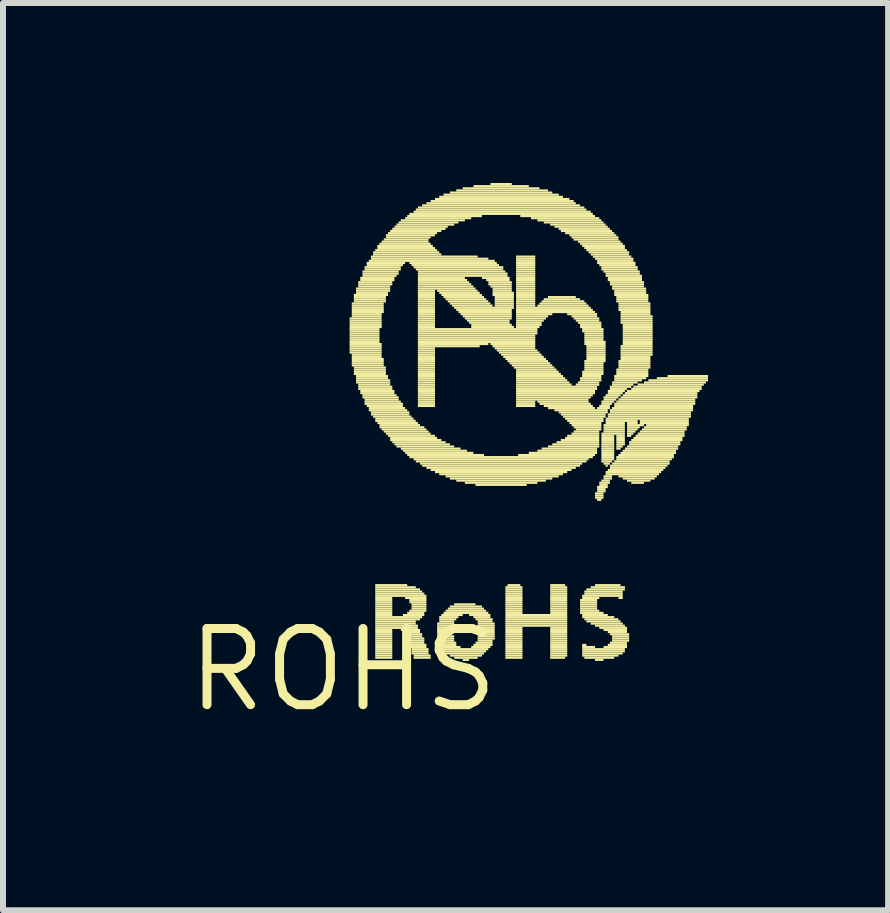
<source format=kicad_pcb>
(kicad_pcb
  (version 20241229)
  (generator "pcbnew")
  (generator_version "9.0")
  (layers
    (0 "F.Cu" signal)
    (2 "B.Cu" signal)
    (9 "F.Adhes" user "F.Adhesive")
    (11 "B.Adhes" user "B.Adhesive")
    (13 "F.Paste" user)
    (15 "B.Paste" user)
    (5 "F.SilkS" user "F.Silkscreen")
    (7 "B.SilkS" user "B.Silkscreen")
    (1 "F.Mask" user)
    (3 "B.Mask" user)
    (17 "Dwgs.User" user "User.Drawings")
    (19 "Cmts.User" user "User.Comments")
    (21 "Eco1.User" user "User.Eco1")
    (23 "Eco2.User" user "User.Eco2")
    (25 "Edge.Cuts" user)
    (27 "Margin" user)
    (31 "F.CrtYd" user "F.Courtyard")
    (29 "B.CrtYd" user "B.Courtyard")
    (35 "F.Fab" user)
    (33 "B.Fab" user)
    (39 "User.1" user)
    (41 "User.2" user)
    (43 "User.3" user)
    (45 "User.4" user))
  (footprint "ROHS"
    (layer "F.Cu")
    (at 2.668 8.115)
    (property "Reference" "ROHS" (at 0 0 0) (layer "F.SilkS") (effects (font (size 1.27 1.27) (thickness 0.15))))
    (fp_poly (pts (xy 0.109 -5.84) (xy 0.643 -5.84) (xy 0.643 -5.875) (xy 0.109 -5.875)) (stroke (width 0) (type solid)) (fill yes) (layer "F.SilkS"))
    (fp_poly (pts (xy 0.109 -5.804) (xy 0.643 -5.804) (xy 0.643 -5.84) (xy 0.109 -5.84)) (stroke (width 0) (type solid)) (fill yes) (layer "F.SilkS"))
    (fp_poly (pts (xy 0.109 -5.768) (xy 0.643 -5.768) (xy 0.643 -5.804) (xy 0.109 -5.804)) (stroke (width 0) (type solid)) (fill yes) (layer "F.SilkS"))
    (fp_poly (pts (xy 0.109 -5.733) (xy 0.643 -5.733) (xy 0.643 -5.768) (xy 0.109 -5.768)) (stroke (width 0) (type solid)) (fill yes) (layer "F.SilkS"))
    (fp_poly (pts (xy 0.109 -5.697) (xy 0.643 -5.697) (xy 0.643 -5.733) (xy 0.109 -5.733)) (stroke (width 0) (type solid)) (fill yes) (layer "F.SilkS"))
    (fp_poly (pts (xy 0.109 -5.662) (xy 0.607 -5.662) (xy 0.607 -5.697) (xy 0.109 -5.697)) (stroke (width 0) (type solid)) (fill yes) (layer "F.SilkS"))
    (fp_poly (pts (xy 0.109 -5.626) (xy 0.607 -5.626) (xy 0.607 -5.662) (xy 0.109 -5.662)) (stroke (width 0) (type solid)) (fill yes) (layer "F.SilkS"))
    (fp_poly (pts (xy 0.109 -5.59) (xy 0.607 -5.59) (xy 0.607 -5.626) (xy 0.109 -5.626)) (stroke (width 0) (type solid)) (fill yes) (layer "F.SilkS"))
    (fp_poly (pts (xy 0.109 -5.555) (xy 0.607 -5.555) (xy 0.607 -5.59) (xy 0.109 -5.59)) (stroke (width 0) (type solid)) (fill yes) (layer "F.SilkS"))
    (fp_poly (pts (xy 0.109 -5.519) (xy 0.607 -5.519) (xy 0.607 -5.555) (xy 0.109 -5.555)) (stroke (width 0) (type solid)) (fill yes) (layer "F.SilkS"))
    (fp_poly (pts (xy 0.109 -5.484) (xy 0.607 -5.484) (xy 0.607 -5.519) (xy 0.109 -5.519)) (stroke (width 0) (type solid)) (fill yes) (layer "F.SilkS"))
    (fp_poly (pts (xy 0.109 -5.448) (xy 0.607 -5.448) (xy 0.607 -5.484) (xy 0.109 -5.484)) (stroke (width 0) (type solid)) (fill yes) (layer "F.SilkS"))
    (fp_poly (pts (xy 0.109 -5.413) (xy 0.643 -5.413) (xy 0.643 -5.448) (xy 0.109 -5.448)) (stroke (width 0) (type solid)) (fill yes) (layer "F.SilkS"))
    (fp_poly (pts (xy 0.109 -5.377) (xy 0.643 -5.377) (xy 0.643 -5.413) (xy 0.109 -5.413)) (stroke (width 0) (type solid)) (fill yes) (layer "F.SilkS"))
    (fp_poly (pts (xy 0.109 -5.342) (xy 0.643 -5.342) (xy 0.643 -5.377) (xy 0.109 -5.377)) (stroke (width 0) (type solid)) (fill yes) (layer "F.SilkS"))
    (fp_poly (pts (xy 0.109 -5.306) (xy 0.643 -5.306) (xy 0.643 -5.342) (xy 0.109 -5.342)) (stroke (width 0) (type solid)) (fill yes) (layer "F.SilkS"))
    (fp_poly (pts (xy 0.109 -5.271) (xy 0.643 -5.271) (xy 0.643 -5.306) (xy 0.109 -5.306)) (stroke (width 0) (type solid)) (fill yes) (layer "F.SilkS"))
    (fp_poly (pts (xy 0.145 -6.088) (xy 0.678 -6.088) (xy 0.678 -6.124) (xy 0.145 -6.124)) (stroke (width 0) (type solid)) (fill yes) (layer "F.SilkS"))
    (fp_poly (pts (xy 0.145 -6.053) (xy 0.678 -6.053) (xy 0.678 -6.088) (xy 0.145 -6.088)) (stroke (width 0) (type solid)) (fill yes) (layer "F.SilkS"))
    (fp_poly (pts (xy 0.145 -6.017) (xy 0.678 -6.017) (xy 0.678 -6.053) (xy 0.145 -6.053)) (stroke (width 0) (type solid)) (fill yes) (layer "F.SilkS"))
    (fp_poly (pts (xy 0.145 -5.982) (xy 0.678 -5.982) (xy 0.678 -6.017) (xy 0.145 -6.017)) (stroke (width 0) (type solid)) (fill yes) (layer "F.SilkS"))
    (fp_poly (pts (xy 0.145 -5.946) (xy 0.678 -5.946) (xy 0.678 -5.982) (xy 0.145 -5.982)) (stroke (width 0) (type solid)) (fill yes) (layer "F.SilkS"))
    (fp_poly (pts (xy 0.145 -5.911) (xy 0.643 -5.911) (xy 0.643 -5.946) (xy 0.145 -5.946)) (stroke (width 0) (type solid)) (fill yes) (layer "F.SilkS"))
    (fp_poly (pts (xy 0.145 -5.875) (xy 0.643 -5.875) (xy 0.643 -5.911) (xy 0.145 -5.911)) (stroke (width 0) (type solid)) (fill yes) (layer "F.SilkS"))
    (fp_poly (pts (xy 0.145 -5.235) (xy 0.643 -5.235) (xy 0.643 -5.271) (xy 0.145 -5.271)) (stroke (width 0) (type solid)) (fill yes) (layer "F.SilkS"))
    (fp_poly (pts (xy 0.145 -5.199) (xy 0.643 -5.199) (xy 0.643 -5.235) (xy 0.145 -5.235)) (stroke (width 0) (type solid)) (fill yes) (layer "F.SilkS"))
    (fp_poly (pts (xy 0.145 -5.164) (xy 0.678 -5.164) (xy 0.678 -5.199) (xy 0.145 -5.199)) (stroke (width 0) (type solid)) (fill yes) (layer "F.SilkS"))
    (fp_poly (pts (xy 0.145 -5.128) (xy 0.678 -5.128) (xy 0.678 -5.164) (xy 0.145 -5.164)) (stroke (width 0) (type solid)) (fill yes) (layer "F.SilkS"))
    (fp_poly (pts (xy 0.145 -5.093) (xy 0.678 -5.093) (xy 0.678 -5.128) (xy 0.145 -5.128)) (stroke (width 0) (type solid)) (fill yes) (layer "F.SilkS"))
    (fp_poly (pts (xy 0.145 -5.057) (xy 0.678 -5.057) (xy 0.678 -5.093) (xy 0.145 -5.093)) (stroke (width 0) (type solid)) (fill yes) (layer "F.SilkS"))
    (fp_poly (pts (xy 0.18 -6.231) (xy 0.749 -6.231) (xy 0.749 -6.266) (xy 0.18 -6.266)) (stroke (width 0) (type solid)) (fill yes) (layer "F.SilkS"))
    (fp_poly (pts (xy 0.18 -6.195) (xy 0.714 -6.195) (xy 0.714 -6.231) (xy 0.18 -6.231)) (stroke (width 0) (type solid)) (fill yes) (layer "F.SilkS"))
    (fp_poly (pts (xy 0.18 -6.16) (xy 0.714 -6.16) (xy 0.714 -6.195) (xy 0.18 -6.195)) (stroke (width 0) (type solid)) (fill yes) (layer "F.SilkS"))
    (fp_poly (pts (xy 0.18 -6.124) (xy 0.714 -6.124) (xy 0.714 -6.16) (xy 0.18 -6.16)) (stroke (width 0) (type solid)) (fill yes) (layer "F.SilkS"))
    (fp_poly (pts (xy 0.18 -5.022) (xy 0.714 -5.022) (xy 0.714 -5.057) (xy 0.18 -5.057)) (stroke (width 0) (type solid)) (fill yes) (layer "F.SilkS"))
    (fp_poly (pts (xy 0.18 -4.986) (xy 0.714 -4.986) (xy 0.714 -5.022) (xy 0.18 -5.022)) (stroke (width 0) (type solid)) (fill yes) (layer "F.SilkS"))
    (fp_poly (pts (xy 0.18 -4.95) (xy 0.714 -4.95) (xy 0.714 -4.986) (xy 0.18 -4.986)) (stroke (width 0) (type solid)) (fill yes) (layer "F.SilkS"))
    (fp_poly (pts (xy 0.18 -4.915) (xy 0.714 -4.915) (xy 0.714 -4.95) (xy 0.18 -4.95)) (stroke (width 0) (type solid)) (fill yes) (layer "F.SilkS"))
    (fp_poly (pts (xy 0.216 -6.337) (xy 0.785 -6.337) (xy 0.785 -6.373) (xy 0.216 -6.373)) (stroke (width 0) (type solid)) (fill yes) (layer "F.SilkS"))
    (fp_poly (pts (xy 0.216 -6.302) (xy 0.785 -6.302) (xy 0.785 -6.337) (xy 0.216 -6.337)) (stroke (width 0) (type solid)) (fill yes) (layer "F.SilkS"))
    (fp_poly (pts (xy 0.216 -6.266) (xy 0.749 -6.266) (xy 0.749 -6.302) (xy 0.216 -6.302)) (stroke (width 0) (type solid)) (fill yes) (layer "F.SilkS"))
    (fp_poly (pts (xy 0.216 -4.879) (xy 0.749 -4.879) (xy 0.749 -4.915) (xy 0.216 -4.915)) (stroke (width 0) (type solid)) (fill yes) (layer "F.SilkS"))
    (fp_poly (pts (xy 0.216 -4.844) (xy 0.749 -4.844) (xy 0.749 -4.879) (xy 0.216 -4.879)) (stroke (width 0) (type solid)) (fill yes) (layer "F.SilkS"))
    (fp_poly (pts (xy 0.216 -4.808) (xy 0.785 -4.808) (xy 0.785 -4.844) (xy 0.216 -4.844)) (stroke (width 0) (type solid)) (fill yes) (layer "F.SilkS"))
    (fp_poly (pts (xy 0.216 -4.773) (xy 0.785 -4.773) (xy 0.785 -4.808) (xy 0.216 -4.808)) (stroke (width 0) (type solid)) (fill yes) (layer "F.SilkS"))
    (fp_poly (pts (xy 0.252 -6.444) (xy 0.82 -6.444) (xy 0.82 -6.479) (xy 0.252 -6.479)) (stroke (width 0) (type solid)) (fill yes) (layer "F.SilkS"))
    (fp_poly (pts (xy 0.252 -6.408) (xy 0.82 -6.408) (xy 0.82 -6.444) (xy 0.252 -6.444)) (stroke (width 0) (type solid)) (fill yes) (layer "F.SilkS"))
    (fp_poly (pts (xy 0.252 -6.373) (xy 0.785 -6.373) (xy 0.785 -6.408) (xy 0.252 -6.408)) (stroke (width 0) (type solid)) (fill yes) (layer "F.SilkS"))
    (fp_poly (pts (xy 0.252 -4.737) (xy 0.785 -4.737) (xy 0.785 -4.773) (xy 0.252 -4.773)) (stroke (width 0) (type solid)) (fill yes) (layer "F.SilkS"))
    (fp_poly (pts (xy 0.252 -4.702) (xy 0.82 -4.702) (xy 0.82 -4.737) (xy 0.252 -4.737)) (stroke (width 0) (type solid)) (fill yes) (layer "F.SilkS"))
    (fp_poly (pts (xy 0.252 -4.666) (xy 0.82 -4.666) (xy 0.82 -4.702) (xy 0.252 -4.702)) (stroke (width 0) (type solid)) (fill yes) (layer "F.SilkS"))
    (fp_poly (pts (xy 0.287 -6.515) (xy 0.856 -6.515) (xy 0.856 -6.551) (xy 0.287 -6.551)) (stroke (width 0) (type solid)) (fill yes) (layer "F.SilkS"))
    (fp_poly (pts (xy 0.287 -6.479) (xy 0.856 -6.479) (xy 0.856 -6.515) (xy 0.287 -6.515)) (stroke (width 0) (type solid)) (fill yes) (layer "F.SilkS"))
    (fp_poly (pts (xy 0.287 -4.63) (xy 0.856 -4.63) (xy 0.856 -4.666) (xy 0.287 -4.666)) (stroke (width 0) (type solid)) (fill yes) (layer "F.SilkS"))
    (fp_poly (pts (xy 0.287 -4.595) (xy 0.856 -4.595) (xy 0.856 -4.63) (xy 0.287 -4.63)) (stroke (width 0) (type solid)) (fill yes) (layer "F.SilkS"))
    (fp_poly (pts (xy 0.323 -6.622) (xy 0.927 -6.622) (xy 0.927 -6.657) (xy 0.323 -6.657)) (stroke (width 0) (type solid)) (fill yes) (layer "F.SilkS"))
    (fp_poly (pts (xy 0.323 -6.586) (xy 0.927 -6.586) (xy 0.927 -6.622) (xy 0.323 -6.622)) (stroke (width 0) (type solid)) (fill yes) (layer "F.SilkS"))
    (fp_poly (pts (xy 0.323 -6.551) (xy 0.891 -6.551) (xy 0.891 -6.586) (xy 0.323 -6.586)) (stroke (width 0) (type solid)) (fill yes) (layer "F.SilkS"))
    (fp_poly (pts (xy 0.323 -4.559) (xy 0.891 -4.559) (xy 0.891 -4.595) (xy 0.323 -4.595)) (stroke (width 0) (type solid)) (fill yes) (layer "F.SilkS"))
    (fp_poly (pts (xy 0.323 -4.524) (xy 0.927 -4.524) (xy 0.927 -4.559) (xy 0.323 -4.559)) (stroke (width 0) (type solid)) (fill yes) (layer "F.SilkS"))
    (fp_poly (pts (xy 0.358 -6.693) (xy 0.963 -6.693) (xy 0.963 -6.729) (xy 0.358 -6.729)) (stroke (width 0) (type solid)) (fill yes) (layer "F.SilkS"))
    (fp_poly (pts (xy 0.358 -6.657) (xy 0.963 -6.657) (xy 0.963 -6.693) (xy 0.358 -6.693)) (stroke (width 0) (type solid)) (fill yes) (layer "F.SilkS"))
    (fp_poly (pts (xy 0.358 -4.488) (xy 0.927 -4.488) (xy 0.927 -4.524) (xy 0.358 -4.524)) (stroke (width 0) (type solid)) (fill yes) (layer "F.SilkS"))
    (fp_poly (pts (xy 0.358 -4.453) (xy 0.963 -4.453) (xy 0.963 -4.488) (xy 0.358 -4.488)) (stroke (width 0) (type solid)) (fill yes) (layer "F.SilkS"))
    (fp_poly (pts (xy 0.358 -4.417) (xy 0.998 -4.417) (xy 0.998 -4.453) (xy 0.358 -4.453)) (stroke (width 0) (type solid)) (fill yes) (layer "F.SilkS"))
    (fp_poly (pts (xy 0.394 -6.764) (xy 1.034 -6.764) (xy 1.034 -6.8) (xy 0.394 -6.8)) (stroke (width 0) (type solid)) (fill yes) (layer "F.SilkS"))
    (fp_poly (pts (xy 0.394 -6.729) (xy 0.998 -6.729) (xy 0.998 -6.764) (xy 0.394 -6.764)) (stroke (width 0) (type solid)) (fill yes) (layer "F.SilkS"))
    (fp_poly (pts (xy 0.394 -4.381) (xy 0.998 -4.381) (xy 0.998 -4.417) (xy 0.394 -4.417)) (stroke (width 0) (type solid)) (fill yes) (layer "F.SilkS"))
    (fp_poly (pts (xy 0.429 -6.8) (xy 2.527 -6.8) (xy 2.527 -6.835) (xy 0.429 -6.835)) (stroke (width 0) (type solid)) (fill yes) (layer "F.SilkS"))
    (fp_poly (pts (xy 0.429 -4.346) (xy 1.034 -4.346) (xy 1.034 -4.381) (xy 0.429 -4.381)) (stroke (width 0) (type solid)) (fill yes) (layer "F.SilkS"))
    (fp_poly (pts (xy 0.429 -4.31) (xy 1.069 -4.31) (xy 1.069 -4.346) (xy 0.429 -4.346)) (stroke (width 0) (type solid)) (fill yes) (layer "F.SilkS"))
    (fp_poly (pts (xy 0.465 -6.871) (xy 2.243 -6.871) (xy 2.243 -6.906) (xy 0.465 -6.906)) (stroke (width 0) (type solid)) (fill yes) (layer "F.SilkS"))
    (fp_poly (pts (xy 0.465 -6.835) (xy 2.421 -6.835) (xy 2.421 -6.871) (xy 0.465 -6.871)) (stroke (width 0) (type solid)) (fill yes) (layer "F.SilkS"))
    (fp_poly (pts (xy 0.465 -4.275) (xy 1.105 -4.275) (xy 1.105 -4.31) (xy 0.465 -4.31)) (stroke (width 0) (type solid)) (fill yes) (layer "F.SilkS"))
    (fp_poly (pts (xy 0.465 -4.239) (xy 1.105 -4.239) (xy 1.105 -4.275) (xy 0.465 -4.275)) (stroke (width 0) (type solid)) (fill yes) (layer "F.SilkS"))
    (fp_poly (pts (xy 0.5 -6.942) (xy 1.603 -6.942) (xy 1.603 -6.977) (xy 0.5 -6.977)) (stroke (width 0) (type solid)) (fill yes) (layer "F.SilkS"))
    (fp_poly (pts (xy 0.5 -6.906) (xy 1.638 -6.906) (xy 1.638 -6.942) (xy 0.5 -6.942)) (stroke (width 0) (type solid)) (fill yes) (layer "F.SilkS"))
    (fp_poly (pts (xy 0.5 -4.204) (xy 1.141 -4.204) (xy 1.141 -4.239) (xy 0.5 -4.239)) (stroke (width 0) (type solid)) (fill yes) (layer "F.SilkS"))
    (fp_poly (pts (xy 0.536 -6.977) (xy 1.567 -6.977) (xy 1.567 -7.013) (xy 0.536 -7.013)) (stroke (width 0) (type solid)) (fill yes) (layer "F.SilkS"))
    (fp_poly (pts (xy 0.536 -4.168) (xy 1.176 -4.168) (xy 1.176 -4.204) (xy 0.536 -4.204)) (stroke (width 0) (type solid)) (fill yes) (layer "F.SilkS"))
    (fp_poly (pts (xy 0.536 -4.133) (xy 1.212 -4.133) (xy 1.212 -4.168) (xy 0.536 -4.168)) (stroke (width 0) (type solid)) (fill yes) (layer "F.SilkS"))
    (fp_poly (pts (xy 0.536 -1.395) (xy 1.069 -1.395) (xy 1.069 -1.43) (xy 0.536 -1.43)) (stroke (width 0) (type solid)) (fill yes) (layer "F.SilkS"))
    (fp_poly (pts (xy 0.536 -1.359) (xy 1.212 -1.359) (xy 1.212 -1.395) (xy 0.536 -1.395)) (stroke (width 0) (type solid)) (fill yes) (layer "F.SilkS"))
    (fp_poly (pts (xy 0.536 -1.323) (xy 1.283 -1.323) (xy 1.283 -1.359) (xy 0.536 -1.359)) (stroke (width 0) (type solid)) (fill yes) (layer "F.SilkS"))
    (fp_poly (pts (xy 0.536 -1.288) (xy 1.318 -1.288) (xy 1.318 -1.323) (xy 0.536 -1.323)) (stroke (width 0) (type solid)) (fill yes) (layer "F.SilkS"))
    (fp_poly (pts (xy 0.536 -1.252) (xy 1.354 -1.252) (xy 1.354 -1.288) (xy 0.536 -1.288)) (stroke (width 0) (type solid)) (fill yes) (layer "F.SilkS"))
    (fp_poly (pts (xy 0.536 -1.217) (xy 1.389 -1.217) (xy 1.389 -1.252) (xy 0.536 -1.252)) (stroke (width 0) (type solid)) (fill yes) (layer "F.SilkS"))
    (fp_poly (pts (xy 0.536 -1.181) (xy 0.82 -1.181) (xy 0.82 -1.217) (xy 0.536 -1.217)) (stroke (width 0) (type solid)) (fill yes) (layer "F.SilkS"))
    (fp_poly (pts (xy 0.536 -1.145) (xy 0.82 -1.145) (xy 0.82 -1.181) (xy 0.536 -1.181)) (stroke (width 0) (type solid)) (fill yes) (layer "F.SilkS"))
    (fp_poly (pts (xy 0.536 -1.11) (xy 0.82 -1.11) (xy 0.82 -1.145) (xy 0.536 -1.145)) (stroke (width 0) (type solid)) (fill yes) (layer "F.SilkS"))
    (fp_poly (pts (xy 0.536 -1.074) (xy 0.82 -1.074) (xy 0.82 -1.11) (xy 0.536 -1.11)) (stroke (width 0) (type solid)) (fill yes) (layer "F.SilkS"))
    (fp_poly (pts (xy 0.536 -1.039) (xy 0.82 -1.039) (xy 0.82 -1.074) (xy 0.536 -1.074)) (stroke (width 0) (type solid)) (fill yes) (layer "F.SilkS"))
    (fp_poly (pts (xy 0.536 -1.003) (xy 0.82 -1.003) (xy 0.82 -1.039) (xy 0.536 -1.039)) (stroke (width 0) (type solid)) (fill yes) (layer "F.SilkS"))
    (fp_poly (pts (xy 0.536 -0.968) (xy 0.82 -0.968) (xy 0.82 -1.003) (xy 0.536 -1.003)) (stroke (width 0) (type solid)) (fill yes) (layer "F.SilkS"))
    (fp_poly (pts (xy 0.536 -0.932) (xy 0.82 -0.932) (xy 0.82 -0.968) (xy 0.536 -0.968)) (stroke (width 0) (type solid)) (fill yes) (layer "F.SilkS"))
    (fp_poly (pts (xy 0.536 -0.897) (xy 0.82 -0.897) (xy 0.82 -0.932) (xy 0.536 -0.932)) (stroke (width 0) (type solid)) (fill yes) (layer "F.SilkS"))
    (fp_poly (pts (xy 0.536 -0.861) (xy 1.318 -0.861) (xy 1.318 -0.897) (xy 0.536 -0.897)) (stroke (width 0) (type solid)) (fill yes) (layer "F.SilkS"))
    (fp_poly (pts (xy 0.536 -0.826) (xy 1.283 -0.826) (xy 1.283 -0.861) (xy 0.536 -0.861)) (stroke (width 0) (type solid)) (fill yes) (layer "F.SilkS"))
    (fp_poly (pts (xy 0.536 -0.79) (xy 1.212 -0.79) (xy 1.212 -0.826) (xy 0.536 -0.826)) (stroke (width 0) (type solid)) (fill yes) (layer "F.SilkS"))
    (fp_poly (pts (xy 0.536 -0.754) (xy 1.212 -0.754) (xy 1.212 -0.79) (xy 0.536 -0.79)) (stroke (width 0) (type solid)) (fill yes) (layer "F.SilkS"))
    (fp_poly (pts (xy 0.536 -0.719) (xy 1.247 -0.719) (xy 1.247 -0.754) (xy 0.536 -0.754)) (stroke (width 0) (type solid)) (fill yes) (layer "F.SilkS"))
    (fp_poly (pts (xy 0.536 -0.683) (xy 1.247 -0.683) (xy 1.247 -0.719) (xy 0.536 -0.719)) (stroke (width 0) (type solid)) (fill yes) (layer "F.SilkS"))
    (fp_poly (pts (xy 0.536 -0.648) (xy 0.82 -0.648) (xy 0.82 -0.683) (xy 0.536 -0.683)) (stroke (width 0) (type solid)) (fill yes) (layer "F.SilkS"))
    (fp_poly (pts (xy 0.536 -0.612) (xy 0.82 -0.612) (xy 0.82 -0.648) (xy 0.536 -0.648)) (stroke (width 0) (type solid)) (fill yes) (layer "F.SilkS"))
    (fp_poly (pts (xy 0.536 -0.577) (xy 0.82 -0.577) (xy 0.82 -0.612) (xy 0.536 -0.612)) (stroke (width 0) (type solid)) (fill yes) (layer "F.SilkS"))
    (fp_poly (pts (xy 0.536 -0.541) (xy 0.82 -0.541) (xy 0.82 -0.577) (xy 0.536 -0.577)) (stroke (width 0) (type solid)) (fill yes) (layer "F.SilkS"))
    (fp_poly (pts (xy 0.536 -0.505) (xy 0.82 -0.505) (xy 0.82 -0.541) (xy 0.536 -0.541)) (stroke (width 0) (type solid)) (fill yes) (layer "F.SilkS"))
    (fp_poly (pts (xy 0.536 -0.47) (xy 0.82 -0.47) (xy 0.82 -0.505) (xy 0.536 -0.505)) (stroke (width 0) (type solid)) (fill yes) (layer "F.SilkS"))
    (fp_poly (pts (xy 0.536 -0.434) (xy 0.82 -0.434) (xy 0.82 -0.47) (xy 0.536 -0.47)) (stroke (width 0) (type solid)) (fill yes) (layer "F.SilkS"))
    (fp_poly (pts (xy 0.536 -0.399) (xy 0.82 -0.399) (xy 0.82 -0.434) (xy 0.536 -0.434)) (stroke (width 0) (type solid)) (fill yes) (layer "F.SilkS"))
    (fp_poly (pts (xy 0.536 -0.363) (xy 0.82 -0.363) (xy 0.82 -0.399) (xy 0.536 -0.399)) (stroke (width 0) (type solid)) (fill yes) (layer "F.SilkS"))
    (fp_poly (pts (xy 0.536 -0.328) (xy 0.82 -0.328) (xy 0.82 -0.363) (xy 0.536 -0.363)) (stroke (width 0) (type solid)) (fill yes) (layer "F.SilkS"))
    (fp_poly (pts (xy 0.536 -0.292) (xy 0.82 -0.292) (xy 0.82 -0.328) (xy 0.536 -0.328)) (stroke (width 0) (type solid)) (fill yes) (layer "F.SilkS"))
    (fp_poly (pts (xy 0.536 -0.257) (xy 0.82 -0.257) (xy 0.82 -0.292) (xy 0.536 -0.292)) (stroke (width 0) (type solid)) (fill yes) (layer "F.SilkS"))
    (fp_poly (pts (xy 0.536 -0.221) (xy 0.82 -0.221) (xy 0.82 -0.257) (xy 0.536 -0.257)) (stroke (width 0) (type solid)) (fill yes) (layer "F.SilkS"))
    (fp_poly (pts (xy 0.536 -0.185) (xy 0.82 -0.185) (xy 0.82 -0.221) (xy 0.536 -0.221)) (stroke (width 0) (type solid)) (fill yes) (layer "F.SilkS"))
    (fp_poly (pts (xy 0.572 -7.048) (xy 1.496 -7.048) (xy 1.496 -7.084) (xy 0.572 -7.084)) (stroke (width 0) (type solid)) (fill yes) (layer "F.SilkS"))
    (fp_poly (pts (xy 0.572 -7.013) (xy 1.532 -7.013) (xy 1.532 -7.048) (xy 0.572 -7.048)) (stroke (width 0) (type solid)) (fill yes) (layer "F.SilkS"))
    (fp_poly (pts (xy 0.572 -4.097) (xy 1.247 -4.097) (xy 1.247 -4.133) (xy 0.572 -4.133)) (stroke (width 0) (type solid)) (fill yes) (layer "F.SilkS"))
    (fp_poly (pts (xy 0.607 -7.084) (xy 1.46 -7.084) (xy 1.46 -7.12) (xy 0.607 -7.12)) (stroke (width 0) (type solid)) (fill yes) (layer "F.SilkS"))
    (fp_poly (pts (xy 0.607 -4.061) (xy 1.283 -4.061) (xy 1.283 -4.097) (xy 0.607 -4.097)) (stroke (width 0) (type solid)) (fill yes) (layer "F.SilkS"))
    (fp_poly (pts (xy 0.607 -4.026) (xy 1.354 -4.026) (xy 1.354 -4.061) (xy 0.607 -4.061)) (stroke (width 0) (type solid)) (fill yes) (layer "F.SilkS"))
    (fp_poly (pts (xy 0.643 -7.12) (xy 1.425 -7.12) (xy 1.425 -7.155) (xy 0.643 -7.155)) (stroke (width 0) (type solid)) (fill yes) (layer "F.SilkS"))
    (fp_poly (pts (xy 0.643 -3.99) (xy 1.389 -3.99) (xy 1.389 -4.026) (xy 0.643 -4.026)) (stroke (width 0) (type solid)) (fill yes) (layer "F.SilkS"))
    (fp_poly (pts (xy 0.678 -7.155) (xy 1.425 -7.155) (xy 1.425 -7.191) (xy 0.678 -7.191)) (stroke (width 0) (type solid)) (fill yes) (layer "F.SilkS"))
    (fp_poly (pts (xy 0.678 -3.955) (xy 1.425 -3.955) (xy 1.425 -3.99) (xy 0.678 -3.99)) (stroke (width 0) (type solid)) (fill yes) (layer "F.SilkS"))
    (fp_poly (pts (xy 0.714 -7.226) (xy 1.532 -7.226) (xy 1.532 -7.262) (xy 0.714 -7.262)) (stroke (width 0) (type solid)) (fill yes) (layer "F.SilkS"))
    (fp_poly (pts (xy 0.714 -7.191) (xy 1.46 -7.191) (xy 1.46 -7.226) (xy 0.714 -7.226)) (stroke (width 0) (type solid)) (fill yes) (layer "F.SilkS"))
    (fp_poly (pts (xy 0.714 -3.919) (xy 1.46 -3.919) (xy 1.46 -3.955) (xy 0.714 -3.955)) (stroke (width 0) (type solid)) (fill yes) (layer "F.SilkS"))
    (fp_poly (pts (xy 0.749 -7.262) (xy 1.567 -7.262) (xy 1.567 -7.297) (xy 0.749 -7.297)) (stroke (width 0) (type solid)) (fill yes) (layer "F.SilkS"))
    (fp_poly (pts (xy 0.749 -3.884) (xy 1.532 -3.884) (xy 1.532 -3.919) (xy 0.749 -3.919)) (stroke (width 0) (type solid)) (fill yes) (layer "F.SilkS"))
    (fp_poly (pts (xy 0.785 -7.297) (xy 1.638 -7.297) (xy 1.638 -7.333) (xy 0.785 -7.333)) (stroke (width 0) (type solid)) (fill yes) (layer "F.SilkS"))
    (fp_poly (pts (xy 0.785 -3.848) (xy 1.567 -3.848) (xy 1.567 -3.884) (xy 0.785 -3.884)) (stroke (width 0) (type solid)) (fill yes) (layer "F.SilkS"))
    (fp_poly (pts (xy 0.785 -3.812) (xy 1.638 -3.812) (xy 1.638 -3.848) (xy 0.785 -3.848)) (stroke (width 0) (type solid)) (fill yes) (layer "F.SilkS"))
    (fp_poly (pts (xy 0.82 -7.333) (xy 1.709 -7.333) (xy 1.709 -7.369) (xy 0.82 -7.369)) (stroke (width 0) (type solid)) (fill yes) (layer "F.SilkS"))
    (fp_poly (pts (xy 0.82 -3.777) (xy 1.709 -3.777) (xy 1.709 -3.812) (xy 0.82 -3.812)) (stroke (width 0) (type solid)) (fill yes) (layer "F.SilkS"))
    (fp_poly (pts (xy 0.856 -7.369) (xy 1.745 -7.369) (xy 1.745 -7.404) (xy 0.856 -7.404)) (stroke (width 0) (type solid)) (fill yes) (layer "F.SilkS"))
    (fp_poly (pts (xy 0.856 -3.741) (xy 1.78 -3.741) (xy 1.78 -3.777) (xy 0.856 -3.777)) (stroke (width 0) (type solid)) (fill yes) (layer "F.SilkS"))
    (fp_poly (pts (xy 0.891 -7.404) (xy 1.852 -7.404) (xy 1.852 -7.44) (xy 0.891 -7.44)) (stroke (width 0) (type solid)) (fill yes) (layer "F.SilkS"))
    (fp_poly (pts (xy 0.891 -3.706) (xy 1.852 -3.706) (xy 1.852 -3.741) (xy 0.891 -3.741)) (stroke (width 0) (type solid)) (fill yes) (layer "F.SilkS"))
    (fp_poly (pts (xy 0.927 -7.44) (xy 1.923 -7.44) (xy 1.923 -7.475) (xy 0.927 -7.475)) (stroke (width 0) (type solid)) (fill yes) (layer "F.SilkS"))
    (fp_poly (pts (xy 0.963 -7.475) (xy 2.03 -7.475) (xy 2.03 -7.511) (xy 0.963 -7.511)) (stroke (width 0) (type solid)) (fill yes) (layer "F.SilkS"))
    (fp_poly (pts (xy 0.963 -3.67) (xy 1.958 -3.67) (xy 1.958 -3.706) (xy 0.963 -3.706)) (stroke (width 0) (type solid)) (fill yes) (layer "F.SilkS"))
    (fp_poly (pts (xy 0.963 -0.648) (xy 1.283 -0.648) (xy 1.283 -0.683) (xy 0.963 -0.683)) (stroke (width 0) (type solid)) (fill yes) (layer "F.SilkS"))
    (fp_poly (pts (xy 0.998 -3.635) (xy 2.065 -3.635) (xy 2.065 -3.67) (xy 0.998 -3.67)) (stroke (width 0) (type solid)) (fill yes) (layer "F.SilkS"))
    (fp_poly (pts (xy 0.998 -0.897) (xy 1.354 -0.897) (xy 1.354 -0.932) (xy 0.998 -0.932)) (stroke (width 0) (type solid)) (fill yes) (layer "F.SilkS"))
    (fp_poly (pts (xy 0.998 -0.612) (xy 1.283 -0.612) (xy 1.283 -0.648) (xy 0.998 -0.648)) (stroke (width 0) (type solid)) (fill yes) (layer "F.SilkS"))
    (fp_poly (pts (xy 1.034 -7.511) (xy 2.136 -7.511) (xy 2.136 -7.546) (xy 1.034 -7.546)) (stroke (width 0) (type solid)) (fill yes) (layer "F.SilkS"))
    (fp_poly (pts (xy 1.034 -3.599) (xy 2.172 -3.599) (xy 2.172 -3.635) (xy 1.034 -3.635)) (stroke (width 0) (type solid)) (fill yes) (layer "F.SilkS"))
    (fp_poly (pts (xy 1.034 -1.181) (xy 1.389 -1.181) (xy 1.389 -1.217) (xy 1.034 -1.217)) (stroke (width 0) (type solid)) (fill yes) (layer "F.SilkS"))
    (fp_poly (pts (xy 1.034 -0.577) (xy 1.318 -0.577) (xy 1.318 -0.612) (xy 1.034 -0.612)) (stroke (width 0) (type solid)) (fill yes) (layer "F.SilkS"))
    (fp_poly (pts (xy 1.034 -0.541) (xy 1.318 -0.541) (xy 1.318 -0.577) (xy 1.034 -0.577)) (stroke (width 0) (type solid)) (fill yes) (layer "F.SilkS"))
    (fp_poly (pts (xy 1.069 -7.546) (xy 2.314 -7.546) (xy 2.314 -7.582) (xy 1.069 -7.582)) (stroke (width 0) (type solid)) (fill yes) (layer "F.SilkS"))
    (fp_poly (pts (xy 1.069 -3.564) (xy 2.349 -3.564) (xy 2.349 -3.599) (xy 1.069 -3.599)) (stroke (width 0) (type solid)) (fill yes) (layer "F.SilkS"))
    (fp_poly (pts (xy 1.069 -0.932) (xy 1.354 -0.932) (xy 1.354 -0.968) (xy 1.069 -0.968)) (stroke (width 0) (type solid)) (fill yes) (layer "F.SilkS"))
    (fp_poly (pts (xy 1.069 -0.505) (xy 1.354 -0.505) (xy 1.354 -0.541) (xy 1.069 -0.541)) (stroke (width 0) (type solid)) (fill yes) (layer "F.SilkS"))
    (fp_poly (pts (xy 1.069 -0.47) (xy 1.354 -0.47) (xy 1.354 -0.505) (xy 1.069 -0.505)) (stroke (width 0) (type solid)) (fill yes) (layer "F.SilkS"))
    (fp_poly (pts (xy 1.069 -0.434) (xy 1.354 -0.434) (xy 1.354 -0.47) (xy 1.069 -0.47)) (stroke (width 0) (type solid)) (fill yes) (layer "F.SilkS"))
    (fp_poly (pts (xy 1.105 -7.582) (xy 4.163 -7.582) (xy 4.163 -7.617) (xy 1.105 -7.617)) (stroke (width 0) (type solid)) (fill yes) (layer "F.SilkS"))
    (fp_poly (pts (xy 1.105 -6.764) (xy 2.563 -6.764) (xy 2.563 -6.8) (xy 1.105 -6.8)) (stroke (width 0) (type solid)) (fill yes) (layer "F.SilkS"))
    (fp_poly (pts (xy 1.105 -3.528) (xy 4.163 -3.528) (xy 4.163 -3.564) (xy 1.105 -3.564)) (stroke (width 0) (type solid)) (fill yes) (layer "F.SilkS"))
    (fp_poly (pts (xy 1.105 -1.145) (xy 1.389 -1.145) (xy 1.389 -1.181) (xy 1.105 -1.181)) (stroke (width 0) (type solid)) (fill yes) (layer "F.SilkS"))
    (fp_poly (pts (xy 1.105 -1.11) (xy 1.389 -1.11) (xy 1.389 -1.145) (xy 1.105 -1.145)) (stroke (width 0) (type solid)) (fill yes) (layer "F.SilkS"))
    (fp_poly (pts (xy 1.105 -0.968) (xy 1.389 -0.968) (xy 1.389 -1.003) (xy 1.105 -1.003)) (stroke (width 0) (type solid)) (fill yes) (layer "F.SilkS"))
    (fp_poly (pts (xy 1.105 -0.399) (xy 1.389 -0.399) (xy 1.389 -0.434) (xy 1.105 -0.434)) (stroke (width 0) (type solid)) (fill yes) (layer "F.SilkS"))
    (fp_poly (pts (xy 1.105 -0.363) (xy 1.389 -0.363) (xy 1.389 -0.399) (xy 1.105 -0.399)) (stroke (width 0) (type solid)) (fill yes) (layer "F.SilkS"))
    (fp_poly (pts (xy 1.141 -6.729) (xy 2.598 -6.729) (xy 2.598 -6.764) (xy 1.141 -6.764)) (stroke (width 0) (type solid)) (fill yes) (layer "F.SilkS"))
    (fp_poly (pts (xy 1.141 -1.074) (xy 1.389 -1.074) (xy 1.389 -1.11) (xy 1.141 -1.11)) (stroke (width 0) (type solid)) (fill yes) (layer "F.SilkS"))
    (fp_poly (pts (xy 1.141 -1.039) (xy 1.389 -1.039) (xy 1.389 -1.074) (xy 1.141 -1.074)) (stroke (width 0) (type solid)) (fill yes) (layer "F.SilkS"))
    (fp_poly (pts (xy 1.141 -1.003) (xy 1.389 -1.003) (xy 1.389 -1.039) (xy 1.141 -1.039)) (stroke (width 0) (type solid)) (fill yes) (layer "F.SilkS"))
    (fp_poly (pts (xy 1.141 -0.328) (xy 1.425 -0.328) (xy 1.425 -0.363) (xy 1.141 -0.363)) (stroke (width 0) (type solid)) (fill yes) (layer "F.SilkS"))
    (fp_poly (pts (xy 1.141 -0.292) (xy 1.425 -0.292) (xy 1.425 -0.328) (xy 1.141 -0.328)) (stroke (width 0) (type solid)) (fill yes) (layer "F.SilkS"))
    (fp_poly (pts (xy 1.141 -0.257) (xy 1.425 -0.257) (xy 1.425 -0.292) (xy 1.141 -0.292)) (stroke (width 0) (type solid)) (fill yes) (layer "F.SilkS"))
    (fp_poly (pts (xy 1.176 -7.617) (xy 4.128 -7.617) (xy 4.128 -7.653) (xy 1.176 -7.653)) (stroke (width 0) (type solid)) (fill yes) (layer "F.SilkS"))
    (fp_poly (pts (xy 1.176 -6.693) (xy 2.67 -6.693) (xy 2.67 -6.729) (xy 1.176 -6.729)) (stroke (width 0) (type solid)) (fill yes) (layer "F.SilkS"))
    (fp_poly (pts (xy 1.176 -3.493) (xy 4.092 -3.493) (xy 4.092 -3.528) (xy 1.176 -3.528)) (stroke (width 0) (type solid)) (fill yes) (layer "F.SilkS"))
    (fp_poly (pts (xy 1.176 -0.221) (xy 1.46 -0.221) (xy 1.46 -0.257) (xy 1.176 -0.257)) (stroke (width 0) (type solid)) (fill yes) (layer "F.SilkS"))
    (fp_poly (pts (xy 1.176 -0.185) (xy 1.46 -0.185) (xy 1.46 -0.221) (xy 1.176 -0.221)) (stroke (width 0) (type solid)) (fill yes) (layer "F.SilkS"))
    (fp_poly (pts (xy 1.212 -7.653) (xy 4.056 -7.653) (xy 4.056 -7.689) (xy 1.212 -7.689)) (stroke (width 0) (type solid)) (fill yes) (layer "F.SilkS"))
    (fp_poly (pts (xy 1.212 -6.657) (xy 2.67 -6.657) (xy 2.67 -6.693) (xy 1.212 -6.693)) (stroke (width 0) (type solid)) (fill yes) (layer "F.SilkS"))
    (fp_poly (pts (xy 1.212 -3.457) (xy 4.056 -3.457) (xy 4.056 -3.493) (xy 1.212 -3.493)) (stroke (width 0) (type solid)) (fill yes) (layer "F.SilkS"))
    (fp_poly (pts (xy 1.247 -7.689) (xy 4.021 -7.689) (xy 4.021 -7.724) (xy 1.247 -7.724)) (stroke (width 0) (type solid)) (fill yes) (layer "F.SilkS"))
    (fp_poly (pts (xy 1.247 -6.622) (xy 2.705 -6.622) (xy 2.705 -6.657) (xy 1.247 -6.657)) (stroke (width 0) (type solid)) (fill yes) (layer "F.SilkS"))
    (fp_poly (pts (xy 1.247 -6.586) (xy 2.741 -6.586) (xy 2.741 -6.622) (xy 1.247 -6.622)) (stroke (width 0) (type solid)) (fill yes) (layer "F.SilkS"))
    (fp_poly (pts (xy 1.247 -6.551) (xy 2.741 -6.551) (xy 2.741 -6.586) (xy 1.247 -6.586)) (stroke (width 0) (type solid)) (fill yes) (layer "F.SilkS"))
    (fp_poly (pts (xy 1.247 -6.515) (xy 2.03 -6.515) (xy 2.03 -6.551) (xy 1.247 -6.551)) (stroke (width 0) (type solid)) (fill yes) (layer "F.SilkS"))
    (fp_poly (pts (xy 1.247 -6.479) (xy 2.065 -6.479) (xy 2.065 -6.515) (xy 1.247 -6.515)) (stroke (width 0) (type solid)) (fill yes) (layer "F.SilkS"))
    (fp_poly (pts (xy 1.247 -6.444) (xy 2.101 -6.444) (xy 2.101 -6.479) (xy 1.247 -6.479)) (stroke (width 0) (type solid)) (fill yes) (layer "F.SilkS"))
    (fp_poly (pts (xy 1.247 -6.408) (xy 2.136 -6.408) (xy 2.136 -6.444) (xy 1.247 -6.444)) (stroke (width 0) (type solid)) (fill yes) (layer "F.SilkS"))
    (fp_poly (pts (xy 1.247 -6.373) (xy 2.172 -6.373) (xy 2.172 -6.408) (xy 1.247 -6.408)) (stroke (width 0) (type solid)) (fill yes) (layer "F.SilkS"))
    (fp_poly (pts (xy 1.247 -6.337) (xy 2.207 -6.337) (xy 2.207 -6.373) (xy 1.247 -6.373)) (stroke (width 0) (type solid)) (fill yes) (layer "F.SilkS"))
    (fp_poly (pts (xy 1.247 -6.302) (xy 1.532 -6.302) (xy 1.532 -6.337) (xy 1.247 -6.337)) (stroke (width 0) (type solid)) (fill yes) (layer "F.SilkS"))
    (fp_poly (pts (xy 1.247 -6.266) (xy 1.532 -6.266) (xy 1.532 -6.302) (xy 1.247 -6.302)) (stroke (width 0) (type solid)) (fill yes) (layer "F.SilkS"))
    (fp_poly (pts (xy 1.247 -6.231) (xy 1.532 -6.231) (xy 1.532 -6.266) (xy 1.247 -6.266)) (stroke (width 0) (type solid)) (fill yes) (layer "F.SilkS"))
    (fp_poly (pts (xy 1.247 -6.195) (xy 1.532 -6.195) (xy 1.532 -6.231) (xy 1.247 -6.231)) (stroke (width 0) (type solid)) (fill yes) (layer "F.SilkS"))
    (fp_poly (pts (xy 1.247 -6.16) (xy 1.532 -6.16) (xy 1.532 -6.195) (xy 1.247 -6.195)) (stroke (width 0) (type solid)) (fill yes) (layer "F.SilkS"))
    (fp_poly (pts (xy 1.247 -6.124) (xy 1.532 -6.124) (xy 1.532 -6.16) (xy 1.247 -6.16)) (stroke (width 0) (type solid)) (fill yes) (layer "F.SilkS"))
    (fp_poly (pts (xy 1.247 -6.088) (xy 1.532 -6.088) (xy 1.532 -6.124) (xy 1.247 -6.124)) (stroke (width 0) (type solid)) (fill yes) (layer "F.SilkS"))
    (fp_poly (pts (xy 1.247 -6.053) (xy 1.532 -6.053) (xy 1.532 -6.088) (xy 1.247 -6.088)) (stroke (width 0) (type solid)) (fill yes) (layer "F.SilkS"))
    (fp_poly (pts (xy 1.247 -6.017) (xy 1.532 -6.017) (xy 1.532 -6.053) (xy 1.247 -6.053)) (stroke (width 0) (type solid)) (fill yes) (layer "F.SilkS"))
    (fp_poly (pts (xy 1.247 -5.982) (xy 1.532 -5.982) (xy 1.532 -6.017) (xy 1.247 -6.017)) (stroke (width 0) (type solid)) (fill yes) (layer "F.SilkS"))
    (fp_poly (pts (xy 1.247 -5.946) (xy 1.532 -5.946) (xy 1.532 -5.982) (xy 1.247 -5.982)) (stroke (width 0) (type solid)) (fill yes) (layer "F.SilkS"))
    (fp_poly (pts (xy 1.247 -5.911) (xy 1.532 -5.911) (xy 1.532 -5.946) (xy 1.247 -5.946)) (stroke (width 0) (type solid)) (fill yes) (layer "F.SilkS"))
    (fp_poly (pts (xy 1.247 -5.875) (xy 1.532 -5.875) (xy 1.532 -5.911) (xy 1.247 -5.911)) (stroke (width 0) (type solid)) (fill yes) (layer "F.SilkS"))
    (fp_poly (pts (xy 1.247 -5.84) (xy 1.532 -5.84) (xy 1.532 -5.875) (xy 1.247 -5.875)) (stroke (width 0) (type solid)) (fill yes) (layer "F.SilkS"))
    (fp_poly (pts (xy 1.247 -5.804) (xy 1.532 -5.804) (xy 1.532 -5.84) (xy 1.247 -5.84)) (stroke (width 0) (type solid)) (fill yes) (layer "F.SilkS"))
    (fp_poly (pts (xy 1.247 -5.768) (xy 1.532 -5.768) (xy 1.532 -5.804) (xy 1.247 -5.804)) (stroke (width 0) (type solid)) (fill yes) (layer "F.SilkS"))
    (fp_poly (pts (xy 1.247 -5.733) (xy 1.532 -5.733) (xy 1.532 -5.768) (xy 1.247 -5.768)) (stroke (width 0) (type solid)) (fill yes) (layer "F.SilkS"))
    (fp_poly (pts (xy 1.247 -5.697) (xy 1.532 -5.697) (xy 1.532 -5.733) (xy 1.247 -5.733)) (stroke (width 0) (type solid)) (fill yes) (layer "F.SilkS"))
    (fp_poly (pts (xy 1.247 -5.662) (xy 3.239 -5.662) (xy 3.239 -5.697) (xy 1.247 -5.697)) (stroke (width 0) (type solid)) (fill yes) (layer "F.SilkS"))
    (fp_poly (pts (xy 1.247 -5.626) (xy 3.239 -5.626) (xy 3.239 -5.662) (xy 1.247 -5.662)) (stroke (width 0) (type solid)) (fill yes) (layer "F.SilkS"))
    (fp_poly (pts (xy 1.247 -5.59) (xy 3.239 -5.59) (xy 3.239 -5.626) (xy 1.247 -5.626)) (stroke (width 0) (type solid)) (fill yes) (layer "F.SilkS"))
    (fp_poly (pts (xy 1.247 -5.555) (xy 3.203 -5.555) (xy 3.203 -5.59) (xy 1.247 -5.59)) (stroke (width 0) (type solid)) (fill yes) (layer "F.SilkS"))
    (fp_poly (pts (xy 1.247 -5.519) (xy 3.203 -5.519) (xy 3.203 -5.555) (xy 1.247 -5.555)) (stroke (width 0) (type solid)) (fill yes) (layer "F.SilkS"))
    (fp_poly (pts (xy 1.247 -5.484) (xy 3.203 -5.484) (xy 3.203 -5.519) (xy 1.247 -5.519)) (stroke (width 0) (type solid)) (fill yes) (layer "F.SilkS"))
    (fp_poly (pts (xy 1.247 -5.448) (xy 3.203 -5.448) (xy 3.203 -5.484) (xy 1.247 -5.484)) (stroke (width 0) (type solid)) (fill yes) (layer "F.SilkS"))
    (fp_poly (pts (xy 1.247 -5.413) (xy 2.421 -5.413) (xy 2.421 -5.448) (xy 1.247 -5.448)) (stroke (width 0) (type solid)) (fill yes) (layer "F.SilkS"))
    (fp_poly (pts (xy 1.247 -5.377) (xy 2.278 -5.377) (xy 2.278 -5.413) (xy 1.247 -5.413)) (stroke (width 0) (type solid)) (fill yes) (layer "F.SilkS"))
    (fp_poly (pts (xy 1.247 -5.342) (xy 1.532 -5.342) (xy 1.532 -5.377) (xy 1.247 -5.377)) (stroke (width 0) (type solid)) (fill yes) (layer "F.SilkS"))
    (fp_poly (pts (xy 1.247 -5.306) (xy 1.532 -5.306) (xy 1.532 -5.342) (xy 1.247 -5.342)) (stroke (width 0) (type solid)) (fill yes) (layer "F.SilkS"))
    (fp_poly (pts (xy 1.247 -5.271) (xy 1.532 -5.271) (xy 1.532 -5.306) (xy 1.247 -5.306)) (stroke (width 0) (type solid)) (fill yes) (layer "F.SilkS"))
    (fp_poly (pts (xy 1.247 -5.235) (xy 1.532 -5.235) (xy 1.532 -5.271) (xy 1.247 -5.271)) (stroke (width 0) (type solid)) (fill yes) (layer "F.SilkS"))
    (fp_poly (pts (xy 1.247 -5.199) (xy 1.532 -5.199) (xy 1.532 -5.235) (xy 1.247 -5.235)) (stroke (width 0) (type solid)) (fill yes) (layer "F.SilkS"))
    (fp_poly (pts (xy 1.247 -5.164) (xy 1.532 -5.164) (xy 1.532 -5.199) (xy 1.247 -5.199)) (stroke (width 0) (type solid)) (fill yes) (layer "F.SilkS"))
    (fp_poly (pts (xy 1.247 -5.128) (xy 1.532 -5.128) (xy 1.532 -5.164) (xy 1.247 -5.164)) (stroke (width 0) (type solid)) (fill yes) (layer "F.SilkS"))
    (fp_poly (pts (xy 1.247 -5.093) (xy 1.532 -5.093) (xy 1.532 -5.128) (xy 1.247 -5.128)) (stroke (width 0) (type solid)) (fill yes) (layer "F.SilkS"))
    (fp_poly (pts (xy 1.247 -5.057) (xy 1.532 -5.057) (xy 1.532 -5.093) (xy 1.247 -5.093)) (stroke (width 0) (type solid)) (fill yes) (layer "F.SilkS"))
    (fp_poly (pts (xy 1.247 -5.022) (xy 1.532 -5.022) (xy 1.532 -5.057) (xy 1.247 -5.057)) (stroke (width 0) (type solid)) (fill yes) (layer "F.SilkS"))
    (fp_poly (pts (xy 1.247 -4.986) (xy 1.532 -4.986) (xy 1.532 -5.022) (xy 1.247 -5.022)) (stroke (width 0) (type solid)) (fill yes) (layer "F.SilkS"))
    (fp_poly (pts (xy 1.247 -4.95) (xy 1.532 -4.95) (xy 1.532 -4.986) (xy 1.247 -4.986)) (stroke (width 0) (type solid)) (fill yes) (layer "F.SilkS"))
    (fp_poly (pts (xy 1.247 -4.915) (xy 1.532 -4.915) (xy 1.532 -4.95) (xy 1.247 -4.95)) (stroke (width 0) (type solid)) (fill yes) (layer "F.SilkS"))
    (fp_poly (pts (xy 1.247 -4.879) (xy 1.532 -4.879) (xy 1.532 -4.915) (xy 1.247 -4.915)) (stroke (width 0) (type solid)) (fill yes) (layer "F.SilkS"))
    (fp_poly (pts (xy 1.247 -4.844) (xy 1.532 -4.844) (xy 1.532 -4.879) (xy 1.247 -4.879)) (stroke (width 0) (type solid)) (fill yes) (layer "F.SilkS"))
    (fp_poly (pts (xy 1.247 -4.808) (xy 1.532 -4.808) (xy 1.532 -4.844) (xy 1.247 -4.844)) (stroke (width 0) (type solid)) (fill yes) (layer "F.SilkS"))
    (fp_poly (pts (xy 1.247 -4.773) (xy 1.532 -4.773) (xy 1.532 -4.808) (xy 1.247 -4.808)) (stroke (width 0) (type solid)) (fill yes) (layer "F.SilkS"))
    (fp_poly (pts (xy 1.247 -4.737) (xy 1.532 -4.737) (xy 1.532 -4.773) (xy 1.247 -4.773)) (stroke (width 0) (type solid)) (fill yes) (layer "F.SilkS"))
    (fp_poly (pts (xy 1.247 -4.702) (xy 1.532 -4.702) (xy 1.532 -4.737) (xy 1.247 -4.737)) (stroke (width 0) (type solid)) (fill yes) (layer "F.SilkS"))
    (fp_poly (pts (xy 1.247 -4.666) (xy 1.532 -4.666) (xy 1.532 -4.702) (xy 1.247 -4.702)) (stroke (width 0) (type solid)) (fill yes) (layer "F.SilkS"))
    (fp_poly (pts (xy 1.247 -4.63) (xy 1.532 -4.63) (xy 1.532 -4.666) (xy 1.247 -4.666)) (stroke (width 0) (type solid)) (fill yes) (layer "F.SilkS"))
    (fp_poly (pts (xy 1.247 -4.595) (xy 1.532 -4.595) (xy 1.532 -4.63) (xy 1.247 -4.63)) (stroke (width 0) (type solid)) (fill yes) (layer "F.SilkS"))
    (fp_poly (pts (xy 1.247 -4.559) (xy 1.532 -4.559) (xy 1.532 -4.595) (xy 1.247 -4.595)) (stroke (width 0) (type solid)) (fill yes) (layer "F.SilkS"))
    (fp_poly (pts (xy 1.247 -4.524) (xy 1.532 -4.524) (xy 1.532 -4.559) (xy 1.247 -4.559)) (stroke (width 0) (type solid)) (fill yes) (layer "F.SilkS"))
    (fp_poly (pts (xy 1.247 -4.488) (xy 1.532 -4.488) (xy 1.532 -4.524) (xy 1.247 -4.524)) (stroke (width 0) (type solid)) (fill yes) (layer "F.SilkS"))
    (fp_poly (pts (xy 1.247 -4.453) (xy 1.532 -4.453) (xy 1.532 -4.488) (xy 1.247 -4.488)) (stroke (width 0) (type solid)) (fill yes) (layer "F.SilkS"))
    (fp_poly (pts (xy 1.247 -4.417) (xy 1.532 -4.417) (xy 1.532 -4.453) (xy 1.247 -4.453)) (stroke (width 0) (type solid)) (fill yes) (layer "F.SilkS"))
    (fp_poly (pts (xy 1.247 -4.381) (xy 1.532 -4.381) (xy 1.532 -4.417) (xy 1.247 -4.417)) (stroke (width 0) (type solid)) (fill yes) (layer "F.SilkS"))
    (fp_poly (pts (xy 1.283 -3.421) (xy 3.985 -3.421) (xy 3.985 -3.457) (xy 1.283 -3.457)) (stroke (width 0) (type solid)) (fill yes) (layer "F.SilkS"))
    (fp_poly (pts (xy 1.318 -7.724) (xy 3.95 -7.724) (xy 3.95 -7.76) (xy 1.318 -7.76)) (stroke (width 0) (type solid)) (fill yes) (layer "F.SilkS"))
    (fp_poly (pts (xy 1.318 -3.386) (xy 3.95 -3.386) (xy 3.95 -3.421) (xy 1.318 -3.421)) (stroke (width 0) (type solid)) (fill yes) (layer "F.SilkS"))
    (fp_poly (pts (xy 1.389 -7.76) (xy 3.879 -7.76) (xy 3.879 -7.795) (xy 1.389 -7.795)) (stroke (width 0) (type solid)) (fill yes) (layer "F.SilkS"))
    (fp_poly (pts (xy 1.389 -3.35) (xy 3.879 -3.35) (xy 3.879 -3.386) (xy 1.389 -3.386)) (stroke (width 0) (type solid)) (fill yes) (layer "F.SilkS"))
    (fp_poly (pts (xy 1.46 -7.795) (xy 3.843 -7.795) (xy 3.843 -7.831) (xy 1.46 -7.831)) (stroke (width 0) (type solid)) (fill yes) (layer "F.SilkS"))
    (fp_poly (pts (xy 1.46 -3.315) (xy 3.808 -3.315) (xy 3.808 -3.35) (xy 1.46 -3.35)) (stroke (width 0) (type solid)) (fill yes) (layer "F.SilkS"))
    (fp_poly (pts (xy 1.532 -7.831) (xy 3.772 -7.831) (xy 3.772 -7.866) (xy 1.532 -7.866)) (stroke (width 0) (type solid)) (fill yes) (layer "F.SilkS"))
    (fp_poly (pts (xy 1.532 -3.279) (xy 3.736 -3.279) (xy 3.736 -3.315) (xy 1.532 -3.315)) (stroke (width 0) (type solid)) (fill yes) (layer "F.SilkS"))
    (fp_poly (pts (xy 1.567 -6.302) (xy 2.243 -6.302) (xy 2.243 -6.337) (xy 1.567 -6.337)) (stroke (width 0) (type solid)) (fill yes) (layer "F.SilkS"))
    (fp_poly (pts (xy 1.567 -0.754) (xy 1.852 -0.754) (xy 1.852 -0.79) (xy 1.567 -0.79)) (stroke (width 0) (type solid)) (fill yes) (layer "F.SilkS"))
    (fp_poly (pts (xy 1.567 -0.719) (xy 1.852 -0.719) (xy 1.852 -0.754) (xy 1.567 -0.754)) (stroke (width 0) (type solid)) (fill yes) (layer "F.SilkS"))
    (fp_poly (pts (xy 1.567 -0.683) (xy 1.816 -0.683) (xy 1.816 -0.719) (xy 1.567 -0.719)) (stroke (width 0) (type solid)) (fill yes) (layer "F.SilkS"))
    (fp_poly (pts (xy 1.567 -0.648) (xy 1.816 -0.648) (xy 1.816 -0.683) (xy 1.567 -0.683)) (stroke (width 0) (type solid)) (fill yes) (layer "F.SilkS"))
    (fp_poly (pts (xy 1.567 -0.612) (xy 1.816 -0.612) (xy 1.816 -0.648) (xy 1.567 -0.648)) (stroke (width 0) (type solid)) (fill yes) (layer "F.SilkS"))
    (fp_poly (pts (xy 1.567 -0.577) (xy 1.816 -0.577) (xy 1.816 -0.612) (xy 1.567 -0.612)) (stroke (width 0) (type solid)) (fill yes) (layer "F.SilkS"))
    (fp_poly (pts (xy 1.567 -0.541) (xy 1.852 -0.541) (xy 1.852 -0.577) (xy 1.567 -0.577)) (stroke (width 0) (type solid)) (fill yes) (layer "F.SilkS"))
    (fp_poly (pts (xy 1.567 -0.505) (xy 1.852 -0.505) (xy 1.852 -0.541) (xy 1.567 -0.541)) (stroke (width 0) (type solid)) (fill yes) (layer "F.SilkS"))
    (fp_poly (pts (xy 1.567 -0.47) (xy 1.852 -0.47) (xy 1.852 -0.505) (xy 1.567 -0.505)) (stroke (width 0) (type solid)) (fill yes) (layer "F.SilkS"))
    (fp_poly (pts (xy 1.603 -7.866) (xy 3.665 -7.866) (xy 3.665 -7.902) (xy 1.603 -7.902)) (stroke (width 0) (type solid)) (fill yes) (layer "F.SilkS"))
    (fp_poly (pts (xy 1.603 -6.266) (xy 2.278 -6.266) (xy 2.278 -6.302) (xy 1.603 -6.302)) (stroke (width 0) (type solid)) (fill yes) (layer "F.SilkS"))
    (fp_poly (pts (xy 1.603 -3.244) (xy 3.665 -3.244) (xy 3.665 -3.279) (xy 1.603 -3.279)) (stroke (width 0) (type solid)) (fill yes) (layer "F.SilkS"))
    (fp_poly (pts (xy 1.603 -0.861) (xy 1.923 -0.861) (xy 1.923 -0.897) (xy 1.603 -0.897)) (stroke (width 0) (type solid)) (fill yes) (layer "F.SilkS"))
    (fp_poly (pts (xy 1.603 -0.826) (xy 1.887 -0.826) (xy 1.887 -0.861) (xy 1.603 -0.861)) (stroke (width 0) (type solid)) (fill yes) (layer "F.SilkS"))
    (fp_poly (pts (xy 1.603 -0.79) (xy 1.852 -0.79) (xy 1.852 -0.826) (xy 1.603 -0.826)) (stroke (width 0) (type solid)) (fill yes) (layer "F.SilkS"))
    (fp_poly (pts (xy 1.603 -0.434) (xy 1.887 -0.434) (xy 1.887 -0.47) (xy 1.603 -0.47)) (stroke (width 0) (type solid)) (fill yes) (layer "F.SilkS"))
    (fp_poly (pts (xy 1.603 -0.399) (xy 1.887 -0.399) (xy 1.887 -0.434) (xy 1.603 -0.434)) (stroke (width 0) (type solid)) (fill yes) (layer "F.SilkS"))
    (fp_poly (pts (xy 1.638 -6.231) (xy 2.314 -6.231) (xy 2.314 -6.266) (xy 1.638 -6.266)) (stroke (width 0) (type solid)) (fill yes) (layer "F.SilkS"))
    (fp_poly (pts (xy 1.638 -0.897) (xy 1.994 -0.897) (xy 1.994 -0.932) (xy 1.638 -0.932)) (stroke (width 0) (type solid)) (fill yes) (layer "F.SilkS"))
    (fp_poly (pts (xy 1.638 -0.363) (xy 1.958 -0.363) (xy 1.958 -0.399) (xy 1.638 -0.399)) (stroke (width 0) (type solid)) (fill yes) (layer "F.SilkS"))
    (fp_poly (pts (xy 1.638 -0.328) (xy 2.421 -0.328) (xy 2.421 -0.363) (xy 1.638 -0.363)) (stroke (width 0) (type solid)) (fill yes) (layer "F.SilkS"))
    (fp_poly (pts (xy 1.674 -7.902) (xy 3.594 -7.902) (xy 3.594 -7.938) (xy 1.674 -7.938)) (stroke (width 0) (type solid)) (fill yes) (layer "F.SilkS"))
    (fp_poly (pts (xy 1.674 -6.195) (xy 2.349 -6.195) (xy 2.349 -6.231) (xy 1.674 -6.231)) (stroke (width 0) (type solid)) (fill yes) (layer "F.SilkS"))
    (fp_poly (pts (xy 1.674 -0.932) (xy 2.421 -0.932) (xy 2.421 -0.968) (xy 1.674 -0.968)) (stroke (width 0) (type solid)) (fill yes) (layer "F.SilkS"))
    (fp_poly (pts (xy 1.674 -0.292) (xy 2.385 -0.292) (xy 2.385 -0.328) (xy 1.674 -0.328)) (stroke (width 0) (type solid)) (fill yes) (layer "F.SilkS"))
    (fp_poly (pts (xy 1.709 -6.16) (xy 2.385 -6.16) (xy 2.385 -6.195) (xy 1.709 -6.195)) (stroke (width 0) (type solid)) (fill yes) (layer "F.SilkS"))
    (fp_poly (pts (xy 1.709 -3.208) (xy 3.594 -3.208) (xy 3.594 -3.244) (xy 1.709 -3.244)) (stroke (width 0) (type solid)) (fill yes) (layer "F.SilkS"))
    (fp_poly (pts (xy 1.709 -0.968) (xy 2.385 -0.968) (xy 2.385 -1.003) (xy 1.709 -1.003)) (stroke (width 0) (type solid)) (fill yes) (layer "F.SilkS"))
    (fp_poly (pts (xy 1.709 -0.257) (xy 2.349 -0.257) (xy 2.349 -0.292) (xy 1.709 -0.292)) (stroke (width 0) (type solid)) (fill yes) (layer "F.SilkS"))
    (fp_poly (pts (xy 1.745 -6.124) (xy 2.421 -6.124) (xy 2.421 -6.16) (xy 1.745 -6.16)) (stroke (width 0) (type solid)) (fill yes) (layer "F.SilkS"))
    (fp_poly (pts (xy 1.745 -1.003) (xy 2.349 -1.003) (xy 2.349 -1.039) (xy 1.745 -1.039)) (stroke (width 0) (type solid)) (fill yes) (layer "F.SilkS"))
    (fp_poly (pts (xy 1.78 -7.938) (xy 3.487 -7.938) (xy 3.487 -7.973) (xy 1.78 -7.973)) (stroke (width 0) (type solid)) (fill yes) (layer "F.SilkS"))
    (fp_poly (pts (xy 1.78 -6.088) (xy 2.456 -6.088) (xy 2.456 -6.124) (xy 1.78 -6.124)) (stroke (width 0) (type solid)) (fill yes) (layer "F.SilkS"))
    (fp_poly (pts (xy 1.78 -3.172) (xy 3.487 -3.172) (xy 3.487 -3.208) (xy 1.78 -3.208)) (stroke (width 0) (type solid)) (fill yes) (layer "F.SilkS"))
    (fp_poly (pts (xy 1.78 -1.039) (xy 2.314 -1.039) (xy 2.314 -1.074) (xy 1.78 -1.074)) (stroke (width 0) (type solid)) (fill yes) (layer "F.SilkS"))
    (fp_poly (pts (xy 1.78 -0.221) (xy 2.314 -0.221) (xy 2.314 -0.257) (xy 1.78 -0.257)) (stroke (width 0) (type solid)) (fill yes) (layer "F.SilkS"))
    (fp_poly (pts (xy 1.816 -6.053) (xy 2.492 -6.053) (xy 2.492 -6.088) (xy 1.816 -6.088)) (stroke (width 0) (type solid)) (fill yes) (layer "F.SilkS"))
    (fp_poly (pts (xy 1.852 -6.017) (xy 2.847 -6.017) (xy 2.847 -6.053) (xy 1.852 -6.053)) (stroke (width 0) (type solid)) (fill yes) (layer "F.SilkS"))
    (fp_poly (pts (xy 1.852 -1.074) (xy 2.207 -1.074) (xy 2.207 -1.11) (xy 1.852 -1.11)) (stroke (width 0) (type solid)) (fill yes) (layer "F.SilkS"))
    (fp_poly (pts (xy 1.852 -0.185) (xy 2.243 -0.185) (xy 2.243 -0.221) (xy 1.852 -0.221)) (stroke (width 0) (type solid)) (fill yes) (layer "F.SilkS"))
    (fp_poly (pts (xy 1.887 -7.973) (xy 3.416 -7.973) (xy 3.416 -8.009) (xy 1.887 -8.009)) (stroke (width 0) (type solid)) (fill yes) (layer "F.SilkS"))
    (fp_poly (pts (xy 1.887 -5.982) (xy 2.812 -5.982) (xy 2.812 -6.017) (xy 1.887 -6.017)) (stroke (width 0) (type solid)) (fill yes) (layer "F.SilkS"))
    (fp_poly (pts (xy 1.887 -3.137) (xy 3.381 -3.137) (xy 3.381 -3.172) (xy 1.887 -3.172)) (stroke (width 0) (type solid)) (fill yes) (layer "F.SilkS"))
    (fp_poly (pts (xy 1.923 -5.946) (xy 2.812 -5.946) (xy 2.812 -5.982) (xy 1.923 -5.982)) (stroke (width 0) (type solid)) (fill yes) (layer "F.SilkS"))
    (fp_poly (pts (xy 1.958 -5.911) (xy 2.812 -5.911) (xy 2.812 -5.946) (xy 1.958 -5.946)) (stroke (width 0) (type solid)) (fill yes) (layer "F.SilkS"))
    (fp_poly (pts (xy 1.994 -8.009) (xy 3.274 -8.009) (xy 3.274 -8.044) (xy 1.994 -8.044)) (stroke (width 0) (type solid)) (fill yes) (layer "F.SilkS"))
    (fp_poly (pts (xy 1.994 -5.875) (xy 2.812 -5.875) (xy 2.812 -5.911) (xy 1.994 -5.911)) (stroke (width 0) (type solid)) (fill yes) (layer "F.SilkS"))
    (fp_poly (pts (xy 1.994 -0.15) (xy 2.101 -0.15) (xy 2.101 -0.185) (xy 1.994 -0.185)) (stroke (width 0) (type solid)) (fill yes) (layer "F.SilkS"))
    (fp_poly (pts (xy 2.03 -5.84) (xy 2.812 -5.84) (xy 2.812 -5.875) (xy 2.03 -5.875)) (stroke (width 0) (type solid)) (fill yes) (layer "F.SilkS"))
    (fp_poly (pts (xy 2.03 -3.101) (xy 3.239 -3.101) (xy 3.239 -3.137) (xy 2.03 -3.137)) (stroke (width 0) (type solid)) (fill yes) (layer "F.SilkS"))
    (fp_poly (pts (xy 2.065 -5.804) (xy 2.776 -5.804) (xy 2.776 -5.84) (xy 2.065 -5.84)) (stroke (width 0) (type solid)) (fill yes) (layer "F.SilkS"))
    (fp_poly (pts (xy 2.101 -5.768) (xy 2.776 -5.768) (xy 2.776 -5.804) (xy 2.101 -5.804)) (stroke (width 0) (type solid)) (fill yes) (layer "F.SilkS"))
    (fp_poly (pts (xy 2.101 -0.897) (xy 2.456 -0.897) (xy 2.456 -0.932) (xy 2.101 -0.932)) (stroke (width 0) (type solid)) (fill yes) (layer "F.SilkS"))
    (fp_poly (pts (xy 2.136 -5.733) (xy 2.812 -5.733) (xy 2.812 -5.768) (xy 2.136 -5.768)) (stroke (width 0) (type solid)) (fill yes) (layer "F.SilkS"))
    (fp_poly (pts (xy 2.136 -5.697) (xy 2.847 -5.697) (xy 2.847 -5.733) (xy 2.136 -5.733)) (stroke (width 0) (type solid)) (fill yes) (layer "F.SilkS"))
    (fp_poly (pts (xy 2.136 -0.363) (xy 2.456 -0.363) (xy 2.456 -0.399) (xy 2.136 -0.399)) (stroke (width 0) (type solid)) (fill yes) (layer "F.SilkS"))
    (fp_poly (pts (xy 2.172 -8.044) (xy 3.096 -8.044) (xy 3.096 -8.08) (xy 2.172 -8.08)) (stroke (width 0) (type solid)) (fill yes) (layer "F.SilkS"))
    (fp_poly (pts (xy 2.172 -0.861) (xy 2.456 -0.861) (xy 2.456 -0.897) (xy 2.172 -0.897)) (stroke (width 0) (type solid)) (fill yes) (layer "F.SilkS"))
    (fp_poly (pts (xy 2.172 -0.399) (xy 2.492 -0.399) (xy 2.492 -0.434) (xy 2.172 -0.434)) (stroke (width 0) (type solid)) (fill yes) (layer "F.SilkS"))
    (fp_poly (pts (xy 2.207 -3.066) (xy 3.061 -3.066) (xy 3.061 -3.101) (xy 2.207 -3.101)) (stroke (width 0) (type solid)) (fill yes) (layer "F.SilkS"))
    (fp_poly (pts (xy 2.207 -0.826) (xy 2.492 -0.826) (xy 2.492 -0.861) (xy 2.207 -0.861)) (stroke (width 0) (type solid)) (fill yes) (layer "F.SilkS"))
    (fp_poly (pts (xy 2.207 -0.434) (xy 2.492 -0.434) (xy 2.492 -0.47) (xy 2.207 -0.47)) (stroke (width 0) (type solid)) (fill yes) (layer "F.SilkS"))
    (fp_poly (pts (xy 2.243 -0.79) (xy 2.492 -0.79) (xy 2.492 -0.826) (xy 2.243 -0.826)) (stroke (width 0) (type solid)) (fill yes) (layer "F.SilkS"))
    (fp_poly (pts (xy 2.243 -0.754) (xy 2.527 -0.754) (xy 2.527 -0.79) (xy 2.243 -0.79)) (stroke (width 0) (type solid)) (fill yes) (layer "F.SilkS"))
    (fp_poly (pts (xy 2.243 -0.719) (xy 2.527 -0.719) (xy 2.527 -0.754) (xy 2.243 -0.754)) (stroke (width 0) (type solid)) (fill yes) (layer "F.SilkS"))
    (fp_poly (pts (xy 2.243 -0.683) (xy 2.527 -0.683) (xy 2.527 -0.719) (xy 2.243 -0.719)) (stroke (width 0) (type solid)) (fill yes) (layer "F.SilkS"))
    (fp_poly (pts (xy 2.243 -0.648) (xy 2.527 -0.648) (xy 2.527 -0.683) (xy 2.243 -0.683)) (stroke (width 0) (type solid)) (fill yes) (layer "F.SilkS"))
    (fp_poly (pts (xy 2.243 -0.612) (xy 2.527 -0.612) (xy 2.527 -0.648) (xy 2.243 -0.648)) (stroke (width 0) (type solid)) (fill yes) (layer "F.SilkS"))
    (fp_poly (pts (xy 2.243 -0.577) (xy 2.527 -0.577) (xy 2.527 -0.612) (xy 2.243 -0.612)) (stroke (width 0) (type solid)) (fill yes) (layer "F.SilkS"))
    (fp_poly (pts (xy 2.243 -0.541) (xy 2.527 -0.541) (xy 2.527 -0.577) (xy 2.243 -0.577)) (stroke (width 0) (type solid)) (fill yes) (layer "F.SilkS"))
    (fp_poly (pts (xy 2.243 -0.505) (xy 2.527 -0.505) (xy 2.527 -0.541) (xy 2.243 -0.541)) (stroke (width 0) (type solid)) (fill yes) (layer "F.SilkS"))
    (fp_poly (pts (xy 2.243 -0.47) (xy 2.492 -0.47) (xy 2.492 -0.505) (xy 2.243 -0.505)) (stroke (width 0) (type solid)) (fill yes) (layer "F.SilkS"))
    (fp_poly (pts (xy 2.314 -6.515) (xy 2.776 -6.515) (xy 2.776 -6.551) (xy 2.314 -6.551)) (stroke (width 0) (type solid)) (fill yes) (layer "F.SilkS"))
    (fp_poly (pts (xy 2.385 -6.479) (xy 2.776 -6.479) (xy 2.776 -6.515) (xy 2.385 -6.515)) (stroke (width 0) (type solid)) (fill yes) (layer "F.SilkS"))
    (fp_poly (pts (xy 2.421 -6.444) (xy 2.812 -6.444) (xy 2.812 -6.479) (xy 2.421 -6.479)) (stroke (width 0) (type solid)) (fill yes) (layer "F.SilkS"))
    (fp_poly (pts (xy 2.421 -6.408) (xy 2.812 -6.408) (xy 2.812 -6.444) (xy 2.421 -6.444)) (stroke (width 0) (type solid)) (fill yes) (layer "F.SilkS"))
    (fp_poly (pts (xy 2.456 -8.08) (xy 2.812 -8.08) (xy 2.812 -8.115) (xy 2.456 -8.115)) (stroke (width 0) (type solid)) (fill yes) (layer "F.SilkS"))
    (fp_poly (pts (xy 2.456 -6.373) (xy 2.812 -6.373) (xy 2.812 -6.408) (xy 2.456 -6.408)) (stroke (width 0) (type solid)) (fill yes) (layer "F.SilkS"))
    (fp_poly (pts (xy 2.456 -5.413) (xy 3.203 -5.413) (xy 3.203 -5.448) (xy 2.456 -5.448)) (stroke (width 0) (type solid)) (fill yes) (layer "F.SilkS"))
    (fp_poly (pts (xy 2.492 -6.337) (xy 2.812 -6.337) (xy 2.812 -6.373) (xy 2.492 -6.373)) (stroke (width 0) (type solid)) (fill yes) (layer "F.SilkS"))
    (fp_poly (pts (xy 2.492 -6.302) (xy 2.812 -6.302) (xy 2.812 -6.337) (xy 2.492 -6.337)) (stroke (width 0) (type solid)) (fill yes) (layer "F.SilkS"))
    (fp_poly (pts (xy 2.492 -6.266) (xy 2.847 -6.266) (xy 2.847 -6.302) (xy 2.492 -6.302)) (stroke (width 0) (type solid)) (fill yes) (layer "F.SilkS"))
    (fp_poly (pts (xy 2.492 -6.231) (xy 2.847 -6.231) (xy 2.847 -6.266) (xy 2.492 -6.266)) (stroke (width 0) (type solid)) (fill yes) (layer "F.SilkS"))
    (fp_poly (pts (xy 2.492 -5.377) (xy 3.203 -5.377) (xy 3.203 -5.413) (xy 2.492 -5.413)) (stroke (width 0) (type solid)) (fill yes) (layer "F.SilkS"))
    (fp_poly (pts (xy 2.527 -6.195) (xy 2.847 -6.195) (xy 2.847 -6.231) (xy 2.527 -6.231)) (stroke (width 0) (type solid)) (fill yes) (layer "F.SilkS"))
    (fp_poly (pts (xy 2.527 -6.16) (xy 2.847 -6.16) (xy 2.847 -6.195) (xy 2.527 -6.195)) (stroke (width 0) (type solid)) (fill yes) (layer "F.SilkS"))
    (fp_poly (pts (xy 2.527 -6.124) (xy 2.847 -6.124) (xy 2.847 -6.16) (xy 2.527 -6.16)) (stroke (width 0) (type solid)) (fill yes) (layer "F.SilkS"))
    (fp_poly (pts (xy 2.527 -6.088) (xy 2.847 -6.088) (xy 2.847 -6.124) (xy 2.527 -6.124)) (stroke (width 0) (type solid)) (fill yes) (layer "F.SilkS"))
    (fp_poly (pts (xy 2.527 -6.053) (xy 2.847 -6.053) (xy 2.847 -6.088) (xy 2.527 -6.088)) (stroke (width 0) (type solid)) (fill yes) (layer "F.SilkS"))
    (fp_poly (pts (xy 2.527 -5.342) (xy 3.203 -5.342) (xy 3.203 -5.377) (xy 2.527 -5.377)) (stroke (width 0) (type solid)) (fill yes) (layer "F.SilkS"))
    (fp_poly (pts (xy 2.563 -5.306) (xy 3.239 -5.306) (xy 3.239 -5.342) (xy 2.563 -5.342)) (stroke (width 0) (type solid)) (fill yes) (layer "F.SilkS"))
    (fp_poly (pts (xy 2.598 -5.271) (xy 3.274 -5.271) (xy 3.274 -5.306) (xy 2.598 -5.306)) (stroke (width 0) (type solid)) (fill yes) (layer "F.SilkS"))
    (fp_poly (pts (xy 2.634 -5.235) (xy 3.31 -5.235) (xy 3.31 -5.271) (xy 2.634 -5.271)) (stroke (width 0) (type solid)) (fill yes) (layer "F.SilkS"))
    (fp_poly (pts (xy 2.67 -5.199) (xy 3.345 -5.199) (xy 3.345 -5.235) (xy 2.67 -5.235)) (stroke (width 0) (type solid)) (fill yes) (layer "F.SilkS"))
    (fp_poly (pts (xy 2.705 -5.164) (xy 3.381 -5.164) (xy 3.381 -5.199) (xy 2.705 -5.199)) (stroke (width 0) (type solid)) (fill yes) (layer "F.SilkS"))
    (fp_poly (pts (xy 2.705 -1.359) (xy 2.99 -1.359) (xy 2.99 -1.395) (xy 2.705 -1.395)) (stroke (width 0) (type solid)) (fill yes) (layer "F.SilkS"))
    (fp_poly (pts (xy 2.705 -1.323) (xy 2.99 -1.323) (xy 2.99 -1.359) (xy 2.705 -1.359)) (stroke (width 0) (type solid)) (fill yes) (layer "F.SilkS"))
    (fp_poly (pts (xy 2.705 -1.288) (xy 2.99 -1.288) (xy 2.99 -1.323) (xy 2.705 -1.323)) (stroke (width 0) (type solid)) (fill yes) (layer "F.SilkS"))
    (fp_poly (pts (xy 2.705 -1.252) (xy 2.99 -1.252) (xy 2.99 -1.288) (xy 2.705 -1.288)) (stroke (width 0) (type solid)) (fill yes) (layer "F.SilkS"))
    (fp_poly (pts (xy 2.705 -1.217) (xy 2.99 -1.217) (xy 2.99 -1.252) (xy 2.705 -1.252)) (stroke (width 0) (type solid)) (fill yes) (layer "F.SilkS"))
    (fp_poly (pts (xy 2.705 -1.181) (xy 2.99 -1.181) (xy 2.99 -1.217) (xy 2.705 -1.217)) (stroke (width 0) (type solid)) (fill yes) (layer "F.SilkS"))
    (fp_poly (pts (xy 2.705 -1.145) (xy 2.99 -1.145) (xy 2.99 -1.181) (xy 2.705 -1.181)) (stroke (width 0) (type solid)) (fill yes) (layer "F.SilkS"))
    (fp_poly (pts (xy 2.705 -1.11) (xy 2.99 -1.11) (xy 2.99 -1.145) (xy 2.705 -1.145)) (stroke (width 0) (type solid)) (fill yes) (layer "F.SilkS"))
    (fp_poly (pts (xy 2.705 -1.074) (xy 2.99 -1.074) (xy 2.99 -1.11) (xy 2.705 -1.11)) (stroke (width 0) (type solid)) (fill yes) (layer "F.SilkS"))
    (fp_poly (pts (xy 2.705 -1.039) (xy 2.99 -1.039) (xy 2.99 -1.074) (xy 2.705 -1.074)) (stroke (width 0) (type solid)) (fill yes) (layer "F.SilkS"))
    (fp_poly (pts (xy 2.705 -1.003) (xy 2.99 -1.003) (xy 2.99 -1.039) (xy 2.705 -1.039)) (stroke (width 0) (type solid)) (fill yes) (layer "F.SilkS"))
    (fp_poly (pts (xy 2.705 -0.968) (xy 2.99 -0.968) (xy 2.99 -1.003) (xy 2.705 -1.003)) (stroke (width 0) (type solid)) (fill yes) (layer "F.SilkS"))
    (fp_poly (pts (xy 2.705 -0.932) (xy 2.99 -0.932) (xy 2.99 -0.968) (xy 2.705 -0.968)) (stroke (width 0) (type solid)) (fill yes) (layer "F.SilkS"))
    (fp_poly (pts (xy 2.705 -0.897) (xy 3.736 -0.897) (xy 3.736 -0.932) (xy 2.705 -0.932)) (stroke (width 0) (type solid)) (fill yes) (layer "F.SilkS"))
    (fp_poly (pts (xy 2.705 -0.861) (xy 3.736 -0.861) (xy 3.736 -0.897) (xy 2.705 -0.897)) (stroke (width 0) (type solid)) (fill yes) (layer "F.SilkS"))
    (fp_poly (pts (xy 2.705 -0.826) (xy 3.736 -0.826) (xy 3.736 -0.861) (xy 2.705 -0.861)) (stroke (width 0) (type solid)) (fill yes) (layer "F.SilkS"))
    (fp_poly (pts (xy 2.705 -0.79) (xy 3.736 -0.79) (xy 3.736 -0.826) (xy 2.705 -0.826)) (stroke (width 0) (type solid)) (fill yes) (layer "F.SilkS"))
    (fp_poly (pts (xy 2.705 -0.754) (xy 3.736 -0.754) (xy 3.736 -0.79) (xy 2.705 -0.79)) (stroke (width 0) (type solid)) (fill yes) (layer "F.SilkS"))
    (fp_poly (pts (xy 2.705 -0.719) (xy 3.736 -0.719) (xy 3.736 -0.754) (xy 2.705 -0.754)) (stroke (width 0) (type solid)) (fill yes) (layer "F.SilkS"))
    (fp_poly (pts (xy 2.705 -0.683) (xy 2.99 -0.683) (xy 2.99 -0.719) (xy 2.705 -0.719)) (stroke (width 0) (type solid)) (fill yes) (layer "F.SilkS"))
    (fp_poly (pts (xy 2.705 -0.648) (xy 2.99 -0.648) (xy 2.99 -0.683) (xy 2.705 -0.683)) (stroke (width 0) (type solid)) (fill yes) (layer "F.SilkS"))
    (fp_poly (pts (xy 2.705 -0.612) (xy 2.99 -0.612) (xy 2.99 -0.648) (xy 2.705 -0.648)) (stroke (width 0) (type solid)) (fill yes) (layer "F.SilkS"))
    (fp_poly (pts (xy 2.705 -0.577) (xy 2.99 -0.577) (xy 2.99 -0.612) (xy 2.705 -0.612)) (stroke (width 0) (type solid)) (fill yes) (layer "F.SilkS"))
    (fp_poly (pts (xy 2.705 -0.541) (xy 2.99 -0.541) (xy 2.99 -0.577) (xy 2.705 -0.577)) (stroke (width 0) (type solid)) (fill yes) (layer "F.SilkS"))
    (fp_poly (pts (xy 2.705 -0.505) (xy 2.99 -0.505) (xy 2.99 -0.541) (xy 2.705 -0.541)) (stroke (width 0) (type solid)) (fill yes) (layer "F.SilkS"))
    (fp_poly (pts (xy 2.705 -0.47) (xy 2.99 -0.47) (xy 2.99 -0.505) (xy 2.705 -0.505)) (stroke (width 0) (type solid)) (fill yes) (layer "F.SilkS"))
    (fp_poly (pts (xy 2.705 -0.434) (xy 2.99 -0.434) (xy 2.99 -0.47) (xy 2.705 -0.47)) (stroke (width 0) (type solid)) (fill yes) (layer "F.SilkS"))
    (fp_poly (pts (xy 2.705 -0.399) (xy 2.99 -0.399) (xy 2.99 -0.434) (xy 2.705 -0.434)) (stroke (width 0) (type solid)) (fill yes) (layer "F.SilkS"))
    (fp_poly (pts (xy 2.705 -0.363) (xy 2.99 -0.363) (xy 2.99 -0.399) (xy 2.705 -0.399)) (stroke (width 0) (type solid)) (fill yes) (layer "F.SilkS"))
    (fp_poly (pts (xy 2.705 -0.328) (xy 2.99 -0.328) (xy 2.99 -0.363) (xy 2.705 -0.363)) (stroke (width 0) (type solid)) (fill yes) (layer "F.SilkS"))
    (fp_poly (pts (xy 2.705 -0.292) (xy 2.99 -0.292) (xy 2.99 -0.328) (xy 2.705 -0.328)) (stroke (width 0) (type solid)) (fill yes) (layer "F.SilkS"))
    (fp_poly (pts (xy 2.705 -0.257) (xy 2.99 -0.257) (xy 2.99 -0.292) (xy 2.705 -0.292)) (stroke (width 0) (type solid)) (fill yes) (layer "F.SilkS"))
    (fp_poly (pts (xy 2.705 -0.221) (xy 2.99 -0.221) (xy 2.99 -0.257) (xy 2.705 -0.257)) (stroke (width 0) (type solid)) (fill yes) (layer "F.SilkS"))
    (fp_poly (pts (xy 2.705 -0.185) (xy 2.99 -0.185) (xy 2.99 -0.221) (xy 2.705 -0.221)) (stroke (width 0) (type solid)) (fill yes) (layer "F.SilkS"))
    (fp_poly (pts (xy 2.741 -5.128) (xy 3.416 -5.128) (xy 3.416 -5.164) (xy 2.741 -5.164)) (stroke (width 0) (type solid)) (fill yes) (layer "F.SilkS"))
    (fp_poly (pts (xy 2.741 -1.395) (xy 2.954 -1.395) (xy 2.954 -1.43) (xy 2.741 -1.43)) (stroke (width 0) (type solid)) (fill yes) (layer "F.SilkS"))
    (fp_poly (pts (xy 2.776 -5.093) (xy 3.452 -5.093) (xy 3.452 -5.128) (xy 2.776 -5.128)) (stroke (width 0) (type solid)) (fill yes) (layer "F.SilkS"))
    (fp_poly (pts (xy 2.812 -5.057) (xy 3.487 -5.057) (xy 3.487 -5.093) (xy 2.812 -5.093)) (stroke (width 0) (type solid)) (fill yes) (layer "F.SilkS"))
    (fp_poly (pts (xy 2.847 -5.022) (xy 3.523 -5.022) (xy 3.523 -5.057) (xy 2.847 -5.057)) (stroke (width 0) (type solid)) (fill yes) (layer "F.SilkS"))
    (fp_poly (pts (xy 2.883 -6.871) (xy 3.203 -6.871) (xy 3.203 -6.906) (xy 2.883 -6.906)) (stroke (width 0) (type solid)) (fill yes) (layer "F.SilkS"))
    (fp_poly (pts (xy 2.883 -6.835) (xy 3.203 -6.835) (xy 3.203 -6.871) (xy 2.883 -6.871)) (stroke (width 0) (type solid)) (fill yes) (layer "F.SilkS"))
    (fp_poly (pts (xy 2.883 -6.8) (xy 3.203 -6.8) (xy 3.203 -6.835) (xy 2.883 -6.835)) (stroke (width 0) (type solid)) (fill yes) (layer "F.SilkS"))
    (fp_poly (pts (xy 2.883 -6.764) (xy 3.203 -6.764) (xy 3.203 -6.8) (xy 2.883 -6.8)) (stroke (width 0) (type solid)) (fill yes) (layer "F.SilkS"))
    (fp_poly (pts (xy 2.883 -6.729) (xy 3.203 -6.729) (xy 3.203 -6.764) (xy 2.883 -6.764)) (stroke (width 0) (type solid)) (fill yes) (layer "F.SilkS"))
    (fp_poly (pts (xy 2.883 -6.693) (xy 3.203 -6.693) (xy 3.203 -6.729) (xy 2.883 -6.729)) (stroke (width 0) (type solid)) (fill yes) (layer "F.SilkS"))
    (fp_poly (pts (xy 2.883 -6.657) (xy 3.203 -6.657) (xy 3.203 -6.693) (xy 2.883 -6.693)) (stroke (width 0) (type solid)) (fill yes) (layer "F.SilkS"))
    (fp_poly (pts (xy 2.883 -6.622) (xy 3.203 -6.622) (xy 3.203 -6.657) (xy 2.883 -6.657)) (stroke (width 0) (type solid)) (fill yes) (layer "F.SilkS"))
    (fp_poly (pts (xy 2.883 -6.586) (xy 3.203 -6.586) (xy 3.203 -6.622) (xy 2.883 -6.622)) (stroke (width 0) (type solid)) (fill yes) (layer "F.SilkS"))
    (fp_poly (pts (xy 2.883 -6.551) (xy 3.203 -6.551) (xy 3.203 -6.586) (xy 2.883 -6.586)) (stroke (width 0) (type solid)) (fill yes) (layer "F.SilkS"))
    (fp_poly (pts (xy 2.883 -6.515) (xy 3.203 -6.515) (xy 3.203 -6.551) (xy 2.883 -6.551)) (stroke (width 0) (type solid)) (fill yes) (layer "F.SilkS"))
    (fp_poly (pts (xy 2.883 -6.479) (xy 3.203 -6.479) (xy 3.203 -6.515) (xy 2.883 -6.515)) (stroke (width 0) (type solid)) (fill yes) (layer "F.SilkS"))
    (fp_poly (pts (xy 2.883 -6.444) (xy 3.203 -6.444) (xy 3.203 -6.479) (xy 2.883 -6.479)) (stroke (width 0) (type solid)) (fill yes) (layer "F.SilkS"))
    (fp_poly (pts (xy 2.883 -6.408) (xy 3.203 -6.408) (xy 3.203 -6.444) (xy 2.883 -6.444)) (stroke (width 0) (type solid)) (fill yes) (layer "F.SilkS"))
    (fp_poly (pts (xy 2.883 -6.373) (xy 3.203 -6.373) (xy 3.203 -6.408) (xy 2.883 -6.408)) (stroke (width 0) (type solid)) (fill yes) (layer "F.SilkS"))
    (fp_poly (pts (xy 2.883 -6.337) (xy 3.203 -6.337) (xy 3.203 -6.373) (xy 2.883 -6.373)) (stroke (width 0) (type solid)) (fill yes) (layer "F.SilkS"))
    (fp_poly (pts (xy 2.883 -6.302) (xy 3.203 -6.302) (xy 3.203 -6.337) (xy 2.883 -6.337)) (stroke (width 0) (type solid)) (fill yes) (layer "F.SilkS"))
    (fp_poly (pts (xy 2.883 -6.266) (xy 3.203 -6.266) (xy 3.203 -6.302) (xy 2.883 -6.302)) (stroke (width 0) (type solid)) (fill yes) (layer "F.SilkS"))
    (fp_poly (pts (xy 2.883 -6.231) (xy 3.203 -6.231) (xy 3.203 -6.266) (xy 2.883 -6.266)) (stroke (width 0) (type solid)) (fill yes) (layer "F.SilkS"))
    (fp_poly (pts (xy 2.883 -6.195) (xy 3.203 -6.195) (xy 3.203 -6.231) (xy 2.883 -6.231)) (stroke (width 0) (type solid)) (fill yes) (layer "F.SilkS"))
    (fp_poly (pts (xy 2.883 -6.16) (xy 3.203 -6.16) (xy 3.203 -6.195) (xy 2.883 -6.195)) (stroke (width 0) (type solid)) (fill yes) (layer "F.SilkS"))
    (fp_poly (pts (xy 2.883 -6.124) (xy 3.203 -6.124) (xy 3.203 -6.16) (xy 2.883 -6.16)) (stroke (width 0) (type solid)) (fill yes) (layer "F.SilkS"))
    (fp_poly (pts (xy 2.883 -6.088) (xy 3.203 -6.088) (xy 3.203 -6.124) (xy 2.883 -6.124)) (stroke (width 0) (type solid)) (fill yes) (layer "F.SilkS"))
    (fp_poly (pts (xy 2.883 -6.053) (xy 3.203 -6.053) (xy 3.203 -6.088) (xy 2.883 -6.088)) (stroke (width 0) (type solid)) (fill yes) (layer "F.SilkS"))
    (fp_poly (pts (xy 2.883 -6.017) (xy 4.128 -6.017) (xy 4.128 -6.053) (xy 2.883 -6.053)) (stroke (width 0) (type solid)) (fill yes) (layer "F.SilkS"))
    (fp_poly (pts (xy 2.883 -5.982) (xy 4.163 -5.982) (xy 4.163 -6.017) (xy 2.883 -6.017)) (stroke (width 0) (type solid)) (fill yes) (layer "F.SilkS"))
    (fp_poly (pts (xy 2.883 -5.946) (xy 4.199 -5.946) (xy 4.199 -5.982) (xy 2.883 -5.982)) (stroke (width 0) (type solid)) (fill yes) (layer "F.SilkS"))
    (fp_poly (pts (xy 2.883 -5.911) (xy 3.487 -5.911) (xy 3.487 -5.946) (xy 2.883 -5.946)) (stroke (width 0) (type solid)) (fill yes) (layer "F.SilkS"))
    (fp_poly (pts (xy 2.883 -5.875) (xy 3.416 -5.875) (xy 3.416 -5.911) (xy 2.883 -5.911)) (stroke (width 0) (type solid)) (fill yes) (layer "F.SilkS"))
    (fp_poly (pts (xy 2.883 -5.84) (xy 3.381 -5.84) (xy 3.381 -5.875) (xy 2.883 -5.875)) (stroke (width 0) (type solid)) (fill yes) (layer "F.SilkS"))
    (fp_poly (pts (xy 2.883 -5.804) (xy 3.345 -5.804) (xy 3.345 -5.84) (xy 2.883 -5.84)) (stroke (width 0) (type solid)) (fill yes) (layer "F.SilkS"))
    (fp_poly (pts (xy 2.883 -5.768) (xy 3.31 -5.768) (xy 3.31 -5.804) (xy 2.883 -5.804)) (stroke (width 0) (type solid)) (fill yes) (layer "F.SilkS"))
    (fp_poly (pts (xy 2.883 -5.733) (xy 3.31 -5.733) (xy 3.31 -5.768) (xy 2.883 -5.768)) (stroke (width 0) (type solid)) (fill yes) (layer "F.SilkS"))
    (fp_poly (pts (xy 2.883 -5.697) (xy 3.274 -5.697) (xy 3.274 -5.733) (xy 2.883 -5.733)) (stroke (width 0) (type solid)) (fill yes) (layer "F.SilkS"))
    (fp_poly (pts (xy 2.883 -4.986) (xy 3.558 -4.986) (xy 3.558 -5.022) (xy 2.883 -5.022)) (stroke (width 0) (type solid)) (fill yes) (layer "F.SilkS"))
    (fp_poly (pts (xy 2.883 -4.95) (xy 3.594 -4.95) (xy 3.594 -4.986) (xy 2.883 -4.986)) (stroke (width 0) (type solid)) (fill yes) (layer "F.SilkS"))
    (fp_poly (pts (xy 2.883 -4.915) (xy 3.63 -4.915) (xy 3.63 -4.95) (xy 2.883 -4.95)) (stroke (width 0) (type solid)) (fill yes) (layer "F.SilkS"))
    (fp_poly (pts (xy 2.883 -4.879) (xy 3.665 -4.879) (xy 3.665 -4.915) (xy 2.883 -4.915)) (stroke (width 0) (type solid)) (fill yes) (layer "F.SilkS"))
    (fp_poly (pts (xy 2.883 -4.844) (xy 3.701 -4.844) (xy 3.701 -4.879) (xy 2.883 -4.879)) (stroke (width 0) (type solid)) (fill yes) (layer "F.SilkS"))
    (fp_poly (pts (xy 2.883 -4.808) (xy 3.736 -4.808) (xy 3.736 -4.844) (xy 2.883 -4.844)) (stroke (width 0) (type solid)) (fill yes) (layer "F.SilkS"))
    (fp_poly (pts (xy 2.883 -4.773) (xy 3.772 -4.773) (xy 3.772 -4.808) (xy 2.883 -4.808)) (stroke (width 0) (type solid)) (fill yes) (layer "F.SilkS"))
    (fp_poly (pts (xy 2.883 -4.737) (xy 3.808 -4.737) (xy 3.808 -4.773) (xy 2.883 -4.773)) (stroke (width 0) (type solid)) (fill yes) (layer "F.SilkS"))
    (fp_poly (pts (xy 2.883 -4.702) (xy 4.234 -4.702) (xy 4.234 -4.737) (xy 2.883 -4.737)) (stroke (width 0) (type solid)) (fill yes) (layer "F.SilkS"))
    (fp_poly (pts (xy 2.883 -4.666) (xy 4.234 -4.666) (xy 4.234 -4.702) (xy 2.883 -4.702)) (stroke (width 0) (type solid)) (fill yes) (layer "F.SilkS"))
    (fp_poly (pts (xy 2.883 -4.63) (xy 4.199 -4.63) (xy 4.199 -4.666) (xy 2.883 -4.666)) (stroke (width 0) (type solid)) (fill yes) (layer "F.SilkS"))
    (fp_poly (pts (xy 2.883 -4.595) (xy 4.199 -4.595) (xy 4.199 -4.63) (xy 2.883 -4.63)) (stroke (width 0) (type solid)) (fill yes) (layer "F.SilkS"))
    (fp_poly (pts (xy 2.883 -4.559) (xy 4.163 -4.559) (xy 4.163 -4.595) (xy 2.883 -4.595)) (stroke (width 0) (type solid)) (fill yes) (layer "F.SilkS"))
    (fp_poly (pts (xy 2.883 -4.524) (xy 4.128 -4.524) (xy 4.128 -4.559) (xy 2.883 -4.559)) (stroke (width 0) (type solid)) (fill yes) (layer "F.SilkS"))
    (fp_poly (pts (xy 2.883 -4.488) (xy 4.092 -4.488) (xy 4.092 -4.524) (xy 2.883 -4.524)) (stroke (width 0) (type solid)) (fill yes) (layer "F.SilkS"))
    (fp_poly (pts (xy 2.883 -4.453) (xy 3.203 -4.453) (xy 3.203 -4.488) (xy 2.883 -4.488)) (stroke (width 0) (type solid)) (fill yes) (layer "F.SilkS"))
    (fp_poly (pts (xy 2.883 -4.417) (xy 3.203 -4.417) (xy 3.203 -4.453) (xy 2.883 -4.453)) (stroke (width 0) (type solid)) (fill yes) (layer "F.SilkS"))
    (fp_poly (pts (xy 2.883 -4.381) (xy 3.203 -4.381) (xy 3.203 -4.417) (xy 2.883 -4.417)) (stroke (width 0) (type solid)) (fill yes) (layer "F.SilkS"))
    (fp_poly (pts (xy 2.918 -3.564) (xy 4.199 -3.564) (xy 4.199 -3.599) (xy 2.918 -3.599)) (stroke (width 0) (type solid)) (fill yes) (layer "F.SilkS"))
    (fp_poly (pts (xy 2.954 -7.546) (xy 4.199 -7.546) (xy 4.199 -7.582) (xy 2.954 -7.582)) (stroke (width 0) (type solid)) (fill yes) (layer "F.SilkS"))
    (fp_poly (pts (xy 3.096 -3.599) (xy 4.234 -3.599) (xy 4.234 -3.635) (xy 3.096 -3.635)) (stroke (width 0) (type solid)) (fill yes) (layer "F.SilkS"))
    (fp_poly (pts (xy 3.132 -7.511) (xy 4.27 -7.511) (xy 4.27 -7.546) (xy 3.132 -7.546)) (stroke (width 0) (type solid)) (fill yes) (layer "F.SilkS"))
    (fp_poly (pts (xy 3.239 -7.475) (xy 4.305 -7.475) (xy 4.305 -7.511) (xy 3.239 -7.511)) (stroke (width 0) (type solid)) (fill yes) (layer "F.SilkS"))
    (fp_poly (pts (xy 3.239 -6.053) (xy 4.092 -6.053) (xy 4.092 -6.088) (xy 3.239 -6.088)) (stroke (width 0) (type solid)) (fill yes) (layer "F.SilkS"))
    (fp_poly (pts (xy 3.239 -4.453) (xy 4.092 -4.453) (xy 4.092 -4.488) (xy 3.239 -4.488)) (stroke (width 0) (type solid)) (fill yes) (layer "F.SilkS"))
    (fp_poly (pts (xy 3.239 -3.635) (xy 4.234 -3.635) (xy 4.234 -3.67) (xy 3.239 -3.67)) (stroke (width 0) (type solid)) (fill yes) (layer "F.SilkS"))
    (fp_poly (pts (xy 3.274 -6.088) (xy 4.056 -6.088) (xy 4.056 -6.124) (xy 3.274 -6.124)) (stroke (width 0) (type solid)) (fill yes) (layer "F.SilkS"))
    (fp_poly (pts (xy 3.274 -4.417) (xy 4.128 -4.417) (xy 4.128 -4.453) (xy 3.274 -4.453)) (stroke (width 0) (type solid)) (fill yes) (layer "F.SilkS"))
    (fp_poly (pts (xy 3.31 -6.124) (xy 4.021 -6.124) (xy 4.021 -6.16) (xy 3.31 -6.16)) (stroke (width 0) (type solid)) (fill yes) (layer "F.SilkS"))
    (fp_poly (pts (xy 3.31 -3.67) (xy 4.234 -3.67) (xy 4.234 -3.706) (xy 3.31 -3.706)) (stroke (width 0) (type solid)) (fill yes) (layer "F.SilkS"))
    (fp_poly (pts (xy 3.345 -7.44) (xy 4.341 -7.44) (xy 4.341 -7.475) (xy 3.345 -7.475)) (stroke (width 0) (type solid)) (fill yes) (layer "F.SilkS"))
    (fp_poly (pts (xy 3.345 -6.16) (xy 3.95 -6.16) (xy 3.95 -6.195) (xy 3.345 -6.195)) (stroke (width 0) (type solid)) (fill yes) (layer "F.SilkS"))
    (fp_poly (pts (xy 3.345 -4.381) (xy 4.163 -4.381) (xy 4.163 -4.417) (xy 3.345 -4.417)) (stroke (width 0) (type solid)) (fill yes) (layer "F.SilkS"))
    (fp_poly (pts (xy 3.416 -6.195) (xy 3.879 -6.195) (xy 3.879 -6.231) (xy 3.416 -6.231)) (stroke (width 0) (type solid)) (fill yes) (layer "F.SilkS"))
    (fp_poly (pts (xy 3.416 -4.346) (xy 4.199 -4.346) (xy 4.199 -4.381) (xy 3.416 -4.381)) (stroke (width 0) (type solid)) (fill yes) (layer "F.SilkS"))
    (fp_poly (pts (xy 3.416 -3.706) (xy 4.27 -3.706) (xy 4.27 -3.741) (xy 3.416 -3.741)) (stroke (width 0) (type solid)) (fill yes) (layer "F.SilkS"))
    (fp_poly (pts (xy 3.452 -7.404) (xy 4.376 -7.404) (xy 4.376 -7.44) (xy 3.452 -7.44)) (stroke (width 0) (type solid)) (fill yes) (layer "F.SilkS"))
    (fp_poly (pts (xy 3.452 -1.395) (xy 3.701 -1.395) (xy 3.701 -1.43) (xy 3.452 -1.43)) (stroke (width 0) (type solid)) (fill yes) (layer "F.SilkS"))
    (fp_poly (pts (xy 3.452 -1.359) (xy 3.736 -1.359) (xy 3.736 -1.395) (xy 3.452 -1.395)) (stroke (width 0) (type solid)) (fill yes) (layer "F.SilkS"))
    (fp_poly (pts (xy 3.452 -1.323) (xy 3.736 -1.323) (xy 3.736 -1.359) (xy 3.452 -1.359)) (stroke (width 0) (type solid)) (fill yes) (layer "F.SilkS"))
    (fp_poly (pts (xy 3.452 -1.288) (xy 3.736 -1.288) (xy 3.736 -1.323) (xy 3.452 -1.323)) (stroke (width 0) (type solid)) (fill yes) (layer "F.SilkS"))
    (fp_poly (pts (xy 3.452 -1.252) (xy 3.736 -1.252) (xy 3.736 -1.288) (xy 3.452 -1.288)) (stroke (width 0) (type solid)) (fill yes) (layer "F.SilkS"))
    (fp_poly (pts (xy 3.452 -1.217) (xy 3.736 -1.217) (xy 3.736 -1.252) (xy 3.452 -1.252)) (stroke (width 0) (type solid)) (fill yes) (layer "F.SilkS"))
    (fp_poly (pts (xy 3.452 -1.181) (xy 3.736 -1.181) (xy 3.736 -1.217) (xy 3.452 -1.217)) (stroke (width 0) (type solid)) (fill yes) (layer "F.SilkS"))
    (fp_poly (pts (xy 3.452 -1.145) (xy 3.736 -1.145) (xy 3.736 -1.181) (xy 3.452 -1.181)) (stroke (width 0) (type solid)) (fill yes) (layer "F.SilkS"))
    (fp_poly (pts (xy 3.452 -1.11) (xy 3.736 -1.11) (xy 3.736 -1.145) (xy 3.452 -1.145)) (stroke (width 0) (type solid)) (fill yes) (layer "F.SilkS"))
    (fp_poly (pts (xy 3.452 -1.074) (xy 3.736 -1.074) (xy 3.736 -1.11) (xy 3.452 -1.11)) (stroke (width 0) (type solid)) (fill yes) (layer "F.SilkS"))
    (fp_poly (pts (xy 3.452 -1.039) (xy 3.736 -1.039) (xy 3.736 -1.074) (xy 3.452 -1.074)) (stroke (width 0) (type solid)) (fill yes) (layer "F.SilkS"))
    (fp_poly (pts (xy 3.452 -1.003) (xy 3.736 -1.003) (xy 3.736 -1.039) (xy 3.452 -1.039)) (stroke (width 0) (type solid)) (fill yes) (layer "F.SilkS"))
    (fp_poly (pts (xy 3.452 -0.968) (xy 3.736 -0.968) (xy 3.736 -1.003) (xy 3.452 -1.003)) (stroke (width 0) (type solid)) (fill yes) (layer "F.SilkS"))
    (fp_poly (pts (xy 3.452 -0.932) (xy 3.736 -0.932) (xy 3.736 -0.968) (xy 3.452 -0.968)) (stroke (width 0) (type solid)) (fill yes) (layer "F.SilkS"))
    (fp_poly (pts (xy 3.452 -0.683) (xy 3.736 -0.683) (xy 3.736 -0.719) (xy 3.452 -0.719)) (stroke (width 0) (type solid)) (fill yes) (layer "F.SilkS"))
    (fp_poly (pts (xy 3.452 -0.648) (xy 3.736 -0.648) (xy 3.736 -0.683) (xy 3.452 -0.683)) (stroke (width 0) (type solid)) (fill yes) (layer "F.SilkS"))
    (fp_poly (pts (xy 3.452 -0.612) (xy 3.736 -0.612) (xy 3.736 -0.648) (xy 3.452 -0.648)) (stroke (width 0) (type solid)) (fill yes) (layer "F.SilkS"))
    (fp_poly (pts (xy 3.452 -0.577) (xy 3.736 -0.577) (xy 3.736 -0.612) (xy 3.452 -0.612)) (stroke (width 0) (type solid)) (fill yes) (layer "F.SilkS"))
    (fp_poly (pts (xy 3.452 -0.541) (xy 3.736 -0.541) (xy 3.736 -0.577) (xy 3.452 -0.577)) (stroke (width 0) (type solid)) (fill yes) (layer "F.SilkS"))
    (fp_poly (pts (xy 3.452 -0.505) (xy 3.736 -0.505) (xy 3.736 -0.541) (xy 3.452 -0.541)) (stroke (width 0) (type solid)) (fill yes) (layer "F.SilkS"))
    (fp_poly (pts (xy 3.452 -0.47) (xy 3.736 -0.47) (xy 3.736 -0.505) (xy 3.452 -0.505)) (stroke (width 0) (type solid)) (fill yes) (layer "F.SilkS"))
    (fp_poly (pts (xy 3.452 -0.434) (xy 3.736 -0.434) (xy 3.736 -0.47) (xy 3.452 -0.47)) (stroke (width 0) (type solid)) (fill yes) (layer "F.SilkS"))
    (fp_poly (pts (xy 3.452 -0.399) (xy 3.736 -0.399) (xy 3.736 -0.434) (xy 3.452 -0.434)) (stroke (width 0) (type solid)) (fill yes) (layer "F.SilkS"))
    (fp_poly (pts (xy 3.452 -0.363) (xy 3.736 -0.363) (xy 3.736 -0.399) (xy 3.452 -0.399)) (stroke (width 0) (type solid)) (fill yes) (layer "F.SilkS"))
    (fp_poly (pts (xy 3.452 -0.328) (xy 3.736 -0.328) (xy 3.736 -0.363) (xy 3.452 -0.363)) (stroke (width 0) (type solid)) (fill yes) (layer "F.SilkS"))
    (fp_poly (pts (xy 3.452 -0.292) (xy 3.736 -0.292) (xy 3.736 -0.328) (xy 3.452 -0.328)) (stroke (width 0) (type solid)) (fill yes) (layer "F.SilkS"))
    (fp_poly (pts (xy 3.452 -0.257) (xy 3.736 -0.257) (xy 3.736 -0.292) (xy 3.452 -0.292)) (stroke (width 0) (type solid)) (fill yes) (layer "F.SilkS"))
    (fp_poly (pts (xy 3.452 -0.221) (xy 3.736 -0.221) (xy 3.736 -0.257) (xy 3.452 -0.257)) (stroke (width 0) (type solid)) (fill yes) (layer "F.SilkS"))
    (fp_poly (pts (xy 3.452 -0.185) (xy 3.701 -0.185) (xy 3.701 -0.221) (xy 3.452 -0.221)) (stroke (width 0) (type solid)) (fill yes) (layer "F.SilkS"))
    (fp_poly (pts (xy 3.487 -3.741) (xy 4.27 -3.741) (xy 4.27 -3.777) (xy 3.487 -3.777)) (stroke (width 0) (type solid)) (fill yes) (layer "F.SilkS"))
    (fp_poly (pts (xy 3.523 -7.369) (xy 4.412 -7.369) (xy 4.412 -7.404) (xy 3.523 -7.404)) (stroke (width 0) (type solid)) (fill yes) (layer "F.SilkS"))
    (fp_poly (pts (xy 3.523 -4.31) (xy 4.412 -4.31) (xy 4.412 -4.346) (xy 3.523 -4.346)) (stroke (width 0) (type solid)) (fill yes) (layer "F.SilkS"))
    (fp_poly (pts (xy 3.558 -3.777) (xy 4.27 -3.777) (xy 4.27 -3.812) (xy 3.558 -3.812)) (stroke (width 0) (type solid)) (fill yes) (layer "F.SilkS"))
    (fp_poly (pts (xy 3.594 -7.333) (xy 4.447 -7.333) (xy 4.447 -7.369) (xy 3.594 -7.369)) (stroke (width 0) (type solid)) (fill yes) (layer "F.SilkS"))
    (fp_poly (pts (xy 3.594 -4.275) (xy 4.412 -4.275) (xy 4.412 -4.31) (xy 3.594 -4.31)) (stroke (width 0) (type solid)) (fill yes) (layer "F.SilkS"))
    (fp_poly (pts (xy 3.63 -7.297) (xy 4.483 -7.297) (xy 4.483 -7.333) (xy 3.63 -7.333)) (stroke (width 0) (type solid)) (fill yes) (layer "F.SilkS"))
    (fp_poly (pts (xy 3.63 -4.239) (xy 4.376 -4.239) (xy 4.376 -4.275) (xy 3.63 -4.275)) (stroke (width 0) (type solid)) (fill yes) (layer "F.SilkS"))
    (fp_poly (pts (xy 3.63 -3.812) (xy 4.27 -3.812) (xy 4.27 -3.848) (xy 3.63 -3.848)) (stroke (width 0) (type solid)) (fill yes) (layer "F.SilkS"))
    (fp_poly (pts (xy 3.665 -4.204) (xy 4.376 -4.204) (xy 4.376 -4.239) (xy 3.665 -4.239)) (stroke (width 0) (type solid)) (fill yes) (layer "F.SilkS"))
    (fp_poly (pts (xy 3.701 -7.262) (xy 4.519 -7.262) (xy 4.519 -7.297) (xy 3.701 -7.297)) (stroke (width 0) (type solid)) (fill yes) (layer "F.SilkS"))
    (fp_poly (pts (xy 3.701 -4.168) (xy 4.341 -4.168) (xy 4.341 -4.204) (xy 3.701 -4.204)) (stroke (width 0) (type solid)) (fill yes) (layer "F.SilkS"))
    (fp_poly (pts (xy 3.701 -3.848) (xy 4.27 -3.848) (xy 4.27 -3.884) (xy 3.701 -3.884)) (stroke (width 0) (type solid)) (fill yes) (layer "F.SilkS"))
    (fp_poly (pts (xy 3.736 -5.911) (xy 4.234 -5.911) (xy 4.234 -5.946) (xy 3.736 -5.946)) (stroke (width 0) (type solid)) (fill yes) (layer "F.SilkS"))
    (fp_poly (pts (xy 3.736 -4.133) (xy 4.341 -4.133) (xy 4.341 -4.168) (xy 3.736 -4.168)) (stroke (width 0) (type solid)) (fill yes) (layer "F.SilkS"))
    (fp_poly (pts (xy 3.736 -3.884) (xy 4.27 -3.884) (xy 4.27 -3.919) (xy 3.736 -3.919)) (stroke (width 0) (type solid)) (fill yes) (layer "F.SilkS"))
    (fp_poly (pts (xy 3.772 -7.226) (xy 4.554 -7.226) (xy 4.554 -7.262) (xy 3.772 -7.262)) (stroke (width 0) (type solid)) (fill yes) (layer "F.SilkS"))
    (fp_poly (pts (xy 3.772 -4.097) (xy 4.305 -4.097) (xy 4.305 -4.133) (xy 3.772 -4.133)) (stroke (width 0) (type solid)) (fill yes) (layer "F.SilkS"))
    (fp_poly (pts (xy 3.808 -7.191) (xy 4.59 -7.191) (xy 4.59 -7.226) (xy 3.808 -7.226)) (stroke (width 0) (type solid)) (fill yes) (layer "F.SilkS"))
    (fp_poly (pts (xy 3.808 -5.875) (xy 4.234 -5.875) (xy 4.234 -5.911) (xy 3.808 -5.911)) (stroke (width 0) (type solid)) (fill yes) (layer "F.SilkS"))
    (fp_poly (pts (xy 3.808 -4.061) (xy 4.305 -4.061) (xy 4.305 -4.097) (xy 3.808 -4.097)) (stroke (width 0) (type solid)) (fill yes) (layer "F.SilkS"))
    (fp_poly (pts (xy 3.808 -3.919) (xy 4.27 -3.919) (xy 4.27 -3.955) (xy 3.808 -3.955)) (stroke (width 0) (type solid)) (fill yes) (layer "F.SilkS"))
    (fp_poly (pts (xy 3.843 -7.155) (xy 4.59 -7.155) (xy 4.59 -7.191) (xy 3.843 -7.191)) (stroke (width 0) (type solid)) (fill yes) (layer "F.SilkS"))
    (fp_poly (pts (xy 3.843 -5.84) (xy 4.27 -5.84) (xy 4.27 -5.875) (xy 3.843 -5.875)) (stroke (width 0) (type solid)) (fill yes) (layer "F.SilkS"))
    (fp_poly (pts (xy 3.843 -4.026) (xy 4.305 -4.026) (xy 4.305 -4.061) (xy 3.843 -4.061)) (stroke (width 0) (type solid)) (fill yes) (layer "F.SilkS"))
    (fp_poly (pts (xy 3.843 -3.955) (xy 4.27 -3.955) (xy 4.27 -3.99) (xy 3.843 -3.99)) (stroke (width 0) (type solid)) (fill yes) (layer "F.SilkS"))
    (fp_poly (pts (xy 3.879 -5.804) (xy 4.27 -5.804) (xy 4.27 -5.84) (xy 3.879 -5.84)) (stroke (width 0) (type solid)) (fill yes) (layer "F.SilkS"))
    (fp_poly (pts (xy 3.879 -4.737) (xy 4.27 -4.737) (xy 4.27 -4.773) (xy 3.879 -4.773)) (stroke (width 0) (type solid)) (fill yes) (layer "F.SilkS"))
    (fp_poly (pts (xy 3.879 -3.99) (xy 4.305 -3.99) (xy 4.305 -4.026) (xy 3.879 -4.026)) (stroke (width 0) (type solid)) (fill yes) (layer "F.SilkS"))
    (fp_poly (pts (xy 3.914 -7.12) (xy 4.625 -7.12) (xy 4.625 -7.155) (xy 3.914 -7.155)) (stroke (width 0) (type solid)) (fill yes) (layer "F.SilkS"))
    (fp_poly (pts (xy 3.914 -5.768) (xy 4.305 -5.768) (xy 4.305 -5.804) (xy 3.914 -5.804)) (stroke (width 0) (type solid)) (fill yes) (layer "F.SilkS"))
    (fp_poly (pts (xy 3.914 -4.773) (xy 4.27 -4.773) (xy 4.27 -4.808) (xy 3.914 -4.808)) (stroke (width 0) (type solid)) (fill yes) (layer "F.SilkS"))
    (fp_poly (pts (xy 3.95 -7.084) (xy 4.661 -7.084) (xy 4.661 -7.12) (xy 3.95 -7.12)) (stroke (width 0) (type solid)) (fill yes) (layer "F.SilkS"))
    (fp_poly (pts (xy 3.95 -5.733) (xy 4.305 -5.733) (xy 4.305 -5.768) (xy 3.95 -5.768)) (stroke (width 0) (type solid)) (fill yes) (layer "F.SilkS"))
    (fp_poly (pts (xy 3.95 -5.697) (xy 4.305 -5.697) (xy 4.305 -5.733) (xy 3.95 -5.733)) (stroke (width 0) (type solid)) (fill yes) (layer "F.SilkS"))
    (fp_poly (pts (xy 3.95 -4.844) (xy 4.305 -4.844) (xy 4.305 -4.879) (xy 3.95 -4.879)) (stroke (width 0) (type solid)) (fill yes) (layer "F.SilkS"))
    (fp_poly (pts (xy 3.95 -4.808) (xy 4.305 -4.808) (xy 4.305 -4.844) (xy 3.95 -4.844)) (stroke (width 0) (type solid)) (fill yes) (layer "F.SilkS"))
    (fp_poly (pts (xy 3.95 -1.145) (xy 4.234 -1.145) (xy 4.234 -1.181) (xy 3.95 -1.181)) (stroke (width 0) (type solid)) (fill yes) (layer "F.SilkS"))
    (fp_poly (pts (xy 3.95 -1.11) (xy 4.234 -1.11) (xy 4.234 -1.145) (xy 3.95 -1.145)) (stroke (width 0) (type solid)) (fill yes) (layer "F.SilkS"))
    (fp_poly (pts (xy 3.95 -1.074) (xy 4.234 -1.074) (xy 4.234 -1.11) (xy 3.95 -1.11)) (stroke (width 0) (type solid)) (fill yes) (layer "F.SilkS"))
    (fp_poly (pts (xy 3.95 -1.039) (xy 4.234 -1.039) (xy 4.234 -1.074) (xy 3.95 -1.074)) (stroke (width 0) (type solid)) (fill yes) (layer "F.SilkS"))
    (fp_poly (pts (xy 3.95 -1.003) (xy 4.234 -1.003) (xy 4.234 -1.039) (xy 3.95 -1.039)) (stroke (width 0) (type solid)) (fill yes) (layer "F.SilkS"))
    (fp_poly (pts (xy 3.95 -0.968) (xy 4.27 -0.968) (xy 4.27 -1.003) (xy 3.95 -1.003)) (stroke (width 0) (type solid)) (fill yes) (layer "F.SilkS"))
    (fp_poly (pts (xy 3.95 -0.932) (xy 4.341 -0.932) (xy 4.341 -0.968) (xy 3.95 -0.968)) (stroke (width 0) (type solid)) (fill yes) (layer "F.SilkS"))
    (fp_poly (pts (xy 3.985 -7.048) (xy 4.697 -7.048) (xy 4.697 -7.084) (xy 3.985 -7.084)) (stroke (width 0) (type solid)) (fill yes) (layer "F.SilkS"))
    (fp_poly (pts (xy 3.985 -5.662) (xy 4.341 -5.662) (xy 4.341 -5.697) (xy 3.985 -5.697)) (stroke (width 0) (type solid)) (fill yes) (layer "F.SilkS"))
    (fp_poly (pts (xy 3.985 -5.626) (xy 4.341 -5.626) (xy 4.341 -5.662) (xy 3.985 -5.662)) (stroke (width 0) (type solid)) (fill yes) (layer "F.SilkS"))
    (fp_poly (pts (xy 3.985 -4.95) (xy 4.341 -4.95) (xy 4.341 -4.986) (xy 3.985 -4.986)) (stroke (width 0) (type solid)) (fill yes) (layer "F.SilkS"))
    (fp_poly (pts (xy 3.985 -4.915) (xy 4.341 -4.915) (xy 4.341 -4.95) (xy 3.985 -4.95)) (stroke (width 0) (type solid)) (fill yes) (layer "F.SilkS"))
    (fp_poly (pts (xy 3.985 -4.879) (xy 4.305 -4.879) (xy 4.305 -4.915) (xy 3.985 -4.915)) (stroke (width 0) (type solid)) (fill yes) (layer "F.SilkS"))
    (fp_poly (pts (xy 3.985 -1.217) (xy 4.661 -1.217) (xy 4.661 -1.252) (xy 3.985 -1.252)) (stroke (width 0) (type solid)) (fill yes) (layer "F.SilkS"))
    (fp_poly (pts (xy 3.985 -1.181) (xy 4.27 -1.181) (xy 4.27 -1.217) (xy 3.985 -1.217)) (stroke (width 0) (type solid)) (fill yes) (layer "F.SilkS"))
    (fp_poly (pts (xy 3.985 -0.897) (xy 4.412 -0.897) (xy 4.412 -0.932) (xy 3.985 -0.932)) (stroke (width 0) (type solid)) (fill yes) (layer "F.SilkS"))
    (fp_poly (pts (xy 3.985 -0.861) (xy 4.519 -0.861) (xy 4.519 -0.897) (xy 3.985 -0.897)) (stroke (width 0) (type solid)) (fill yes) (layer "F.SilkS"))
    (fp_poly (pts (xy 3.985 -0.399) (xy 4.056 -0.399) (xy 4.056 -0.434) (xy 3.985 -0.434)) (stroke (width 0) (type solid)) (fill yes) (layer "F.SilkS"))
    (fp_poly (pts (xy 3.985 -0.363) (xy 4.199 -0.363) (xy 4.199 -0.399) (xy 3.985 -0.399)) (stroke (width 0) (type solid)) (fill yes) (layer "F.SilkS"))
    (fp_poly (pts (xy 3.985 -0.328) (xy 4.697 -0.328) (xy 4.697 -0.363) (xy 3.985 -0.363)) (stroke (width 0) (type solid)) (fill yes) (layer "F.SilkS"))
    (fp_poly (pts (xy 3.985 -0.292) (xy 4.697 -0.292) (xy 4.697 -0.328) (xy 3.985 -0.328)) (stroke (width 0) (type solid)) (fill yes) (layer "F.SilkS"))
    (fp_poly (pts (xy 3.985 -0.257) (xy 4.661 -0.257) (xy 4.661 -0.292) (xy 3.985 -0.292)) (stroke (width 0) (type solid)) (fill yes) (layer "F.SilkS"))
    (fp_poly (pts (xy 3.985 -0.221) (xy 4.59 -0.221) (xy 4.59 -0.257) (xy 3.985 -0.257)) (stroke (width 0) (type solid)) (fill yes) (layer "F.SilkS"))
    (fp_poly (pts (xy 4.021 -7.013) (xy 4.697 -7.013) (xy 4.697 -7.048) (xy 4.021 -7.048)) (stroke (width 0) (type solid)) (fill yes) (layer "F.SilkS"))
    (fp_poly (pts (xy 4.021 -5.59) (xy 4.341 -5.59) (xy 4.341 -5.626) (xy 4.021 -5.626)) (stroke (width 0) (type solid)) (fill yes) (layer "F.SilkS"))
    (fp_poly (pts (xy 4.021 -5.555) (xy 4.341 -5.555) (xy 4.341 -5.59) (xy 4.021 -5.59)) (stroke (width 0) (type solid)) (fill yes) (layer "F.SilkS"))
    (fp_poly (pts (xy 4.021 -5.519) (xy 4.341 -5.519) (xy 4.341 -5.555) (xy 4.021 -5.555)) (stroke (width 0) (type solid)) (fill yes) (layer "F.SilkS"))
    (fp_poly (pts (xy 4.021 -5.484) (xy 4.341 -5.484) (xy 4.341 -5.519) (xy 4.021 -5.519)) (stroke (width 0) (type solid)) (fill yes) (layer "F.SilkS"))
    (fp_poly (pts (xy 4.021 -5.448) (xy 4.376 -5.448) (xy 4.376 -5.484) (xy 4.021 -5.484)) (stroke (width 0) (type solid)) (fill yes) (layer "F.SilkS"))
    (fp_poly (pts (xy 4.021 -5.413) (xy 4.376 -5.413) (xy 4.376 -5.448) (xy 4.021 -5.448)) (stroke (width 0) (type solid)) (fill yes) (layer "F.SilkS"))
    (fp_poly (pts (xy 4.021 -5.128) (xy 4.376 -5.128) (xy 4.376 -5.164) (xy 4.021 -5.164)) (stroke (width 0) (type solid)) (fill yes) (layer "F.SilkS"))
    (fp_poly (pts (xy 4.021 -5.093) (xy 4.341 -5.093) (xy 4.341 -5.128) (xy 4.021 -5.128)) (stroke (width 0) (type solid)) (fill yes) (layer "F.SilkS"))
    (fp_poly (pts (xy 4.021 -5.057) (xy 4.341 -5.057) (xy 4.341 -5.093) (xy 4.021 -5.093)) (stroke (width 0) (type solid)) (fill yes) (layer "F.SilkS"))
    (fp_poly (pts (xy 4.021 -5.022) (xy 4.341 -5.022) (xy 4.341 -5.057) (xy 4.021 -5.057)) (stroke (width 0) (type solid)) (fill yes) (layer "F.SilkS"))
    (fp_poly (pts (xy 4.021 -4.986) (xy 4.341 -4.986) (xy 4.341 -5.022) (xy 4.021 -5.022)) (stroke (width 0) (type solid)) (fill yes) (layer "F.SilkS"))
    (fp_poly (pts (xy 4.021 -1.288) (xy 4.661 -1.288) (xy 4.661 -1.323) (xy 4.021 -1.323)) (stroke (width 0) (type solid)) (fill yes) (layer "F.SilkS"))
    (fp_poly (pts (xy 4.021 -1.252) (xy 4.661 -1.252) (xy 4.661 -1.288) (xy 4.021 -1.288)) (stroke (width 0) (type solid)) (fill yes) (layer "F.SilkS"))
    (fp_poly (pts (xy 4.021 -0.826) (xy 4.59 -0.826) (xy 4.59 -0.861) (xy 4.021 -0.861)) (stroke (width 0) (type solid)) (fill yes) (layer "F.SilkS"))
    (fp_poly (pts (xy 4.021 -0.185) (xy 4.519 -0.185) (xy 4.519 -0.221) (xy 4.021 -0.221)) (stroke (width 0) (type solid)) (fill yes) (layer "F.SilkS"))
    (fp_poly (pts (xy 4.056 -6.977) (xy 4.732 -6.977) (xy 4.732 -7.013) (xy 4.056 -7.013)) (stroke (width 0) (type solid)) (fill yes) (layer "F.SilkS"))
    (fp_poly (pts (xy 4.056 -5.377) (xy 4.376 -5.377) (xy 4.376 -5.413) (xy 4.056 -5.413)) (stroke (width 0) (type solid)) (fill yes) (layer "F.SilkS"))
    (fp_poly (pts (xy 4.056 -5.342) (xy 4.376 -5.342) (xy 4.376 -5.377) (xy 4.056 -5.377)) (stroke (width 0) (type solid)) (fill yes) (layer "F.SilkS"))
    (fp_poly (pts (xy 4.056 -5.306) (xy 4.376 -5.306) (xy 4.376 -5.342) (xy 4.056 -5.342)) (stroke (width 0) (type solid)) (fill yes) (layer "F.SilkS"))
    (fp_poly (pts (xy 4.056 -5.271) (xy 4.376 -5.271) (xy 4.376 -5.306) (xy 4.056 -5.306)) (stroke (width 0) (type solid)) (fill yes) (layer "F.SilkS"))
    (fp_poly (pts (xy 4.056 -5.235) (xy 4.376 -5.235) (xy 4.376 -5.271) (xy 4.056 -5.271)) (stroke (width 0) (type solid)) (fill yes) (layer "F.SilkS"))
    (fp_poly (pts (xy 4.056 -5.199) (xy 4.376 -5.199) (xy 4.376 -5.235) (xy 4.056 -5.235)) (stroke (width 0) (type solid)) (fill yes) (layer "F.SilkS"))
    (fp_poly (pts (xy 4.056 -5.164) (xy 4.376 -5.164) (xy 4.376 -5.199) (xy 4.056 -5.199)) (stroke (width 0) (type solid)) (fill yes) (layer "F.SilkS"))
    (fp_poly (pts (xy 4.056 -1.323) (xy 4.697 -1.323) (xy 4.697 -1.359) (xy 4.056 -1.359)) (stroke (width 0) (type solid)) (fill yes) (layer "F.SilkS"))
    (fp_poly (pts (xy 4.056 -0.79) (xy 4.625 -0.79) (xy 4.625 -0.826) (xy 4.056 -0.826)) (stroke (width 0) (type solid)) (fill yes) (layer "F.SilkS"))
    (fp_poly (pts (xy 4.092 -6.942) (xy 4.768 -6.942) (xy 4.768 -6.977) (xy 4.092 -6.977)) (stroke (width 0) (type solid)) (fill yes) (layer "F.SilkS"))
    (fp_poly (pts (xy 4.128 -6.906) (xy 4.768 -6.906) (xy 4.768 -6.942) (xy 4.128 -6.942)) (stroke (width 0) (type solid)) (fill yes) (layer "F.SilkS"))
    (fp_poly (pts (xy 4.128 -1.359) (xy 4.697 -1.359) (xy 4.697 -1.395) (xy 4.128 -1.395)) (stroke (width 0) (type solid)) (fill yes) (layer "F.SilkS"))
    (fp_poly (pts (xy 4.128 -0.754) (xy 4.661 -0.754) (xy 4.661 -0.79) (xy 4.128 -0.79)) (stroke (width 0) (type solid)) (fill yes) (layer "F.SilkS"))
    (fp_poly (pts (xy 4.163 -6.871) (xy 4.803 -6.871) (xy 4.803 -6.906) (xy 4.163 -6.906)) (stroke (width 0) (type solid)) (fill yes) (layer "F.SilkS"))
    (fp_poly (pts (xy 4.199 -6.835) (xy 4.839 -6.835) (xy 4.839 -6.871) (xy 4.199 -6.871)) (stroke (width 0) (type solid)) (fill yes) (layer "F.SilkS"))
    (fp_poly (pts (xy 4.199 -2.924) (xy 4.341 -2.924) (xy 4.341 -2.959) (xy 4.199 -2.959)) (stroke (width 0) (type solid)) (fill yes) (layer "F.SilkS"))
    (fp_poly (pts (xy 4.199 -2.888) (xy 4.341 -2.888) (xy 4.341 -2.924) (xy 4.199 -2.924)) (stroke (width 0) (type solid)) (fill yes) (layer "F.SilkS"))
    (fp_poly (pts (xy 4.199 -2.852) (xy 4.341 -2.852) (xy 4.341 -2.888) (xy 4.199 -2.888)) (stroke (width 0) (type solid)) (fill yes) (layer "F.SilkS"))
    (fp_poly (pts (xy 4.199 -1.395) (xy 4.625 -1.395) (xy 4.625 -1.43) (xy 4.199 -1.43)) (stroke (width 0) (type solid)) (fill yes) (layer "F.SilkS"))
    (fp_poly (pts (xy 4.199 -0.719) (xy 4.697 -0.719) (xy 4.697 -0.754) (xy 4.199 -0.754)) (stroke (width 0) (type solid)) (fill yes) (layer "F.SilkS"))
    (fp_poly (pts (xy 4.199 -0.15) (xy 4.341 -0.15) (xy 4.341 -0.185) (xy 4.199 -0.185)) (stroke (width 0) (type solid)) (fill yes) (layer "F.SilkS"))
    (fp_poly (pts (xy 4.234 -6.8) (xy 4.839 -6.8) (xy 4.839 -6.835) (xy 4.234 -6.835)) (stroke (width 0) (type solid)) (fill yes) (layer "F.SilkS"))
    (fp_poly (pts (xy 4.234 -6.764) (xy 4.874 -6.764) (xy 4.874 -6.8) (xy 4.234 -6.8)) (stroke (width 0) (type solid)) (fill yes) (layer "F.SilkS"))
    (fp_poly (pts (xy 4.234 -4.346) (xy 4.447 -4.346) (xy 4.447 -4.381) (xy 4.234 -4.381)) (stroke (width 0) (type solid)) (fill yes) (layer "F.SilkS"))
    (fp_poly (pts (xy 4.234 -3.03) (xy 4.412 -3.03) (xy 4.412 -3.066) (xy 4.234 -3.066)) (stroke (width 0) (type solid)) (fill yes) (layer "F.SilkS"))
    (fp_poly (pts (xy 4.234 -2.995) (xy 4.376 -2.995) (xy 4.376 -3.03) (xy 4.234 -3.03)) (stroke (width 0) (type solid)) (fill yes) (layer "F.SilkS"))
    (fp_poly (pts (xy 4.234 -2.959) (xy 4.376 -2.959) (xy 4.376 -2.995) (xy 4.234 -2.995)) (stroke (width 0) (type solid)) (fill yes) (layer "F.SilkS"))
    (fp_poly (pts (xy 4.234 -2.817) (xy 4.305 -2.817) (xy 4.305 -2.852) (xy 4.234 -2.852)) (stroke (width 0) (type solid)) (fill yes) (layer "F.SilkS"))
    (fp_poly (pts (xy 4.27 -6.729) (xy 4.874 -6.729) (xy 4.874 -6.764) (xy 4.27 -6.764)) (stroke (width 0) (type solid)) (fill yes) (layer "F.SilkS"))
    (fp_poly (pts (xy 4.27 -4.381) (xy 4.447 -4.381) (xy 4.447 -4.417) (xy 4.27 -4.417)) (stroke (width 0) (type solid)) (fill yes) (layer "F.SilkS"))
    (fp_poly (pts (xy 4.27 -3.101) (xy 4.447 -3.101) (xy 4.447 -3.137) (xy 4.27 -3.137)) (stroke (width 0) (type solid)) (fill yes) (layer "F.SilkS"))
    (fp_poly (pts (xy 4.27 -3.066) (xy 4.412 -3.066) (xy 4.412 -3.101) (xy 4.27 -3.101)) (stroke (width 0) (type solid)) (fill yes) (layer "F.SilkS"))
    (fp_poly (pts (xy 4.27 -0.683) (xy 4.732 -0.683) (xy 4.732 -0.719) (xy 4.27 -0.719)) (stroke (width 0) (type solid)) (fill yes) (layer "F.SilkS"))
    (fp_poly (pts (xy 4.305 -6.693) (xy 4.91 -6.693) (xy 4.91 -6.729) (xy 4.305 -6.729)) (stroke (width 0) (type solid)) (fill yes) (layer "F.SilkS"))
    (fp_poly (pts (xy 4.305 -6.657) (xy 4.91 -6.657) (xy 4.91 -6.693) (xy 4.305 -6.693)) (stroke (width 0) (type solid)) (fill yes) (layer "F.SilkS"))
    (fp_poly (pts (xy 4.305 -4.453) (xy 4.519 -4.453) (xy 4.519 -4.488) (xy 4.305 -4.488)) (stroke (width 0) (type solid)) (fill yes) (layer "F.SilkS"))
    (fp_poly (pts (xy 4.305 -4.417) (xy 4.483 -4.417) (xy 4.483 -4.453) (xy 4.305 -4.453)) (stroke (width 0) (type solid)) (fill yes) (layer "F.SilkS"))
    (fp_poly (pts (xy 4.305 -3.919) (xy 4.697 -3.919) (xy 4.697 -3.955) (xy 4.305 -3.955)) (stroke (width 0) (type solid)) (fill yes) (layer "F.SilkS"))
    (fp_poly (pts (xy 4.305 -3.884) (xy 4.519 -3.884) (xy 4.519 -3.919) (xy 4.305 -3.919)) (stroke (width 0) (type solid)) (fill yes) (layer "F.SilkS"))
    (fp_poly (pts (xy 4.305 -3.848) (xy 4.519 -3.848) (xy 4.519 -3.884) (xy 4.305 -3.884)) (stroke (width 0) (type solid)) (fill yes) (layer "F.SilkS"))
    (fp_poly (pts (xy 4.305 -3.812) (xy 4.519 -3.812) (xy 4.519 -3.848) (xy 4.305 -3.848)) (stroke (width 0) (type solid)) (fill yes) (layer "F.SilkS"))
    (fp_poly (pts (xy 4.305 -3.777) (xy 4.519 -3.777) (xy 4.519 -3.812) (xy 4.305 -3.812)) (stroke (width 0) (type solid)) (fill yes) (layer "F.SilkS"))
    (fp_poly (pts (xy 4.305 -3.741) (xy 4.519 -3.741) (xy 4.519 -3.777) (xy 4.305 -3.777)) (stroke (width 0) (type solid)) (fill yes) (layer "F.SilkS"))
    (fp_poly (pts (xy 4.305 -3.706) (xy 4.519 -3.706) (xy 4.519 -3.741) (xy 4.305 -3.741)) (stroke (width 0) (type solid)) (fill yes) (layer "F.SilkS"))
    (fp_poly (pts (xy 4.305 -3.67) (xy 4.519 -3.67) (xy 4.519 -3.706) (xy 4.305 -3.706)) (stroke (width 0) (type solid)) (fill yes) (layer "F.SilkS"))
    (fp_poly (pts (xy 4.305 -3.635) (xy 4.519 -3.635) (xy 4.519 -3.67) (xy 4.305 -3.67)) (stroke (width 0) (type solid)) (fill yes) (layer "F.SilkS"))
    (fp_poly (pts (xy 4.305 -3.599) (xy 4.519 -3.599) (xy 4.519 -3.635) (xy 4.305 -3.635)) (stroke (width 0) (type solid)) (fill yes) (layer "F.SilkS"))
    (fp_poly (pts (xy 4.305 -3.564) (xy 4.519 -3.564) (xy 4.519 -3.599) (xy 4.305 -3.599)) (stroke (width 0) (type solid)) (fill yes) (layer "F.SilkS"))
    (fp_poly (pts (xy 4.305 -3.528) (xy 4.519 -3.528) (xy 4.519 -3.564) (xy 4.305 -3.564)) (stroke (width 0) (type solid)) (fill yes) (layer "F.SilkS"))
    (fp_poly (pts (xy 4.305 -3.493) (xy 4.519 -3.493) (xy 4.519 -3.528) (xy 4.305 -3.528)) (stroke (width 0) (type solid)) (fill yes) (layer "F.SilkS"))
    (fp_poly (pts (xy 4.305 -3.457) (xy 4.483 -3.457) (xy 4.483 -3.493) (xy 4.305 -3.493)) (stroke (width 0) (type solid)) (fill yes) (layer "F.SilkS"))
    (fp_poly (pts (xy 4.305 -3.137) (xy 4.447 -3.137) (xy 4.447 -3.172) (xy 4.305 -3.172)) (stroke (width 0) (type solid)) (fill yes) (layer "F.SilkS"))
    (fp_poly (pts (xy 4.341 -6.622) (xy 4.945 -6.622) (xy 4.945 -6.657) (xy 4.341 -6.657)) (stroke (width 0) (type solid)) (fill yes) (layer "F.SilkS"))
    (fp_poly (pts (xy 4.341 -4.524) (xy 4.59 -4.524) (xy 4.59 -4.559) (xy 4.341 -4.559)) (stroke (width 0) (type solid)) (fill yes) (layer "F.SilkS"))
    (fp_poly (pts (xy 4.341 -4.488) (xy 4.554 -4.488) (xy 4.554 -4.524) (xy 4.341 -4.524)) (stroke (width 0) (type solid)) (fill yes) (layer "F.SilkS"))
    (fp_poly (pts (xy 4.341 -4.061) (xy 4.697 -4.061) (xy 4.697 -4.097) (xy 4.341 -4.097)) (stroke (width 0) (type solid)) (fill yes) (layer "F.SilkS"))
    (fp_poly (pts (xy 4.341 -4.026) (xy 4.697 -4.026) (xy 4.697 -4.061) (xy 4.341 -4.061)) (stroke (width 0) (type solid)) (fill yes) (layer "F.SilkS"))
    (fp_poly (pts (xy 4.341 -3.99) (xy 4.697 -3.99) (xy 4.697 -4.026) (xy 4.341 -4.026)) (stroke (width 0) (type solid)) (fill yes) (layer "F.SilkS"))
    (fp_poly (pts (xy 4.341 -3.955) (xy 4.697 -3.955) (xy 4.697 -3.99) (xy 4.341 -3.99)) (stroke (width 0) (type solid)) (fill yes) (layer "F.SilkS"))
    (fp_poly (pts (xy 4.341 -3.421) (xy 4.447 -3.421) (xy 4.447 -3.457) (xy 4.341 -3.457)) (stroke (width 0) (type solid)) (fill yes) (layer "F.SilkS"))
    (fp_poly (pts (xy 4.341 -3.208) (xy 4.483 -3.208) (xy 4.483 -3.244) (xy 4.341 -3.244)) (stroke (width 0) (type solid)) (fill yes) (layer "F.SilkS"))
    (fp_poly (pts (xy 4.341 -3.172) (xy 4.483 -3.172) (xy 4.483 -3.208) (xy 4.341 -3.208)) (stroke (width 0) (type solid)) (fill yes) (layer "F.SilkS"))
    (fp_poly (pts (xy 4.341 -0.648) (xy 4.732 -0.648) (xy 4.732 -0.683) (xy 4.341 -0.683)) (stroke (width 0) (type solid)) (fill yes) (layer "F.SilkS"))
    (fp_poly (pts (xy 4.341 -0.363) (xy 4.732 -0.363) (xy 4.732 -0.399) (xy 4.341 -0.399)) (stroke (width 0) (type solid)) (fill yes) (layer "F.SilkS"))
    (fp_poly (pts (xy 4.376 -6.586) (xy 4.945 -6.586) (xy 4.945 -6.622) (xy 4.376 -6.622)) (stroke (width 0) (type solid)) (fill yes) (layer "F.SilkS"))
    (fp_poly (pts (xy 4.376 -6.551) (xy 4.981 -6.551) (xy 4.981 -6.586) (xy 4.376 -6.586)) (stroke (width 0) (type solid)) (fill yes) (layer "F.SilkS"))
    (fp_poly (pts (xy 4.376 -4.559) (xy 4.625 -4.559) (xy 4.625 -4.595) (xy 4.376 -4.595)) (stroke (width 0) (type solid)) (fill yes) (layer "F.SilkS"))
    (fp_poly (pts (xy 4.376 -4.168) (xy 5.763 -4.168) (xy 5.763 -4.204) (xy 4.376 -4.204)) (stroke (width 0) (type solid)) (fill yes) (layer "F.SilkS"))
    (fp_poly (pts (xy 4.376 -4.133) (xy 4.91 -4.133) (xy 4.91 -4.168) (xy 4.376 -4.168)) (stroke (width 0) (type solid)) (fill yes) (layer "F.SilkS"))
    (fp_poly (pts (xy 4.376 -4.097) (xy 4.697 -4.097) (xy 4.697 -4.133) (xy 4.376 -4.133)) (stroke (width 0) (type solid)) (fill yes) (layer "F.SilkS"))
    (fp_poly (pts (xy 4.376 -3.386) (xy 4.412 -3.386) (xy 4.412 -3.421) (xy 4.376 -3.421)) (stroke (width 0) (type solid)) (fill yes) (layer "F.SilkS"))
    (fp_poly (pts (xy 4.376 -3.279) (xy 5.301 -3.279) (xy 5.301 -3.315) (xy 4.376 -3.315)) (stroke (width 0) (type solid)) (fill yes) (layer "F.SilkS"))
    (fp_poly (pts (xy 4.376 -3.244) (xy 5.265 -3.244) (xy 5.265 -3.279) (xy 4.376 -3.279)) (stroke (width 0) (type solid)) (fill yes) (layer "F.SilkS"))
    (fp_poly (pts (xy 4.412 -6.515) (xy 4.981 -6.515) (xy 4.981 -6.551) (xy 4.412 -6.551)) (stroke (width 0) (type solid)) (fill yes) (layer "F.SilkS"))
    (fp_poly (pts (xy 4.412 -6.479) (xy 4.981 -6.479) (xy 4.981 -6.515) (xy 4.412 -6.515)) (stroke (width 0) (type solid)) (fill yes) (layer "F.SilkS"))
    (fp_poly (pts (xy 4.412 -4.63) (xy 4.697 -4.63) (xy 4.697 -4.666) (xy 4.412 -4.666)) (stroke (width 0) (type solid)) (fill yes) (layer "F.SilkS"))
    (fp_poly (pts (xy 4.412 -4.595) (xy 4.661 -4.595) (xy 4.661 -4.63) (xy 4.412 -4.63)) (stroke (width 0) (type solid)) (fill yes) (layer "F.SilkS"))
    (fp_poly (pts (xy 4.412 -4.239) (xy 5.799 -4.239) (xy 5.799 -4.275) (xy 4.412 -4.275)) (stroke (width 0) (type solid)) (fill yes) (layer "F.SilkS"))
    (fp_poly (pts (xy 4.412 -4.204) (xy 5.799 -4.204) (xy 5.799 -4.239) (xy 4.412 -4.239)) (stroke (width 0) (type solid)) (fill yes) (layer "F.SilkS"))
    (fp_poly (pts (xy 4.412 -3.315) (xy 5.337 -3.315) (xy 5.337 -3.35) (xy 4.412 -3.35)) (stroke (width 0) (type solid)) (fill yes) (layer "F.SilkS"))
    (fp_poly (pts (xy 4.412 -0.612) (xy 4.732 -0.612) (xy 4.732 -0.648) (xy 4.412 -0.648)) (stroke (width 0) (type solid)) (fill yes) (layer "F.SilkS"))
    (fp_poly (pts (xy 4.412 -0.399) (xy 4.732 -0.399) (xy 4.732 -0.434) (xy 4.412 -0.434)) (stroke (width 0) (type solid)) (fill yes) (layer "F.SilkS"))
    (fp_poly (pts (xy 4.447 -6.444) (xy 5.016 -6.444) (xy 5.016 -6.479) (xy 4.447 -6.479)) (stroke (width 0) (type solid)) (fill yes) (layer "F.SilkS"))
    (fp_poly (pts (xy 4.447 -6.408) (xy 5.016 -6.408) (xy 5.016 -6.444) (xy 4.447 -6.444)) (stroke (width 0) (type solid)) (fill yes) (layer "F.SilkS"))
    (fp_poly (pts (xy 4.447 -4.702) (xy 4.803 -4.702) (xy 4.803 -4.737) (xy 4.447 -4.737)) (stroke (width 0) (type solid)) (fill yes) (layer "F.SilkS"))
    (fp_poly (pts (xy 4.447 -4.666) (xy 4.732 -4.666) (xy 4.732 -4.702) (xy 4.447 -4.702)) (stroke (width 0) (type solid)) (fill yes) (layer "F.SilkS"))
    (fp_poly (pts (xy 4.447 -4.31) (xy 5.834 -4.31) (xy 5.834 -4.346) (xy 4.447 -4.346)) (stroke (width 0) (type solid)) (fill yes) (layer "F.SilkS"))
    (fp_poly (pts (xy 4.447 -4.275) (xy 5.799 -4.275) (xy 5.799 -4.31) (xy 4.447 -4.31)) (stroke (width 0) (type solid)) (fill yes) (layer "F.SilkS"))
    (fp_poly (pts (xy 4.447 -3.386) (xy 5.408 -3.386) (xy 5.408 -3.421) (xy 4.447 -3.421)) (stroke (width 0) (type solid)) (fill yes) (layer "F.SilkS"))
    (fp_poly (pts (xy 4.447 -3.35) (xy 5.372 -3.35) (xy 5.372 -3.386) (xy 4.447 -3.386)) (stroke (width 0) (type solid)) (fill yes) (layer "F.SilkS"))
    (fp_poly (pts (xy 4.447 -0.577) (xy 4.768 -0.577) (xy 4.768 -0.612) (xy 4.447 -0.612)) (stroke (width 0) (type solid)) (fill yes) (layer "F.SilkS"))
    (fp_poly (pts (xy 4.447 -0.434) (xy 4.732 -0.434) (xy 4.732 -0.47) (xy 4.447 -0.47)) (stroke (width 0) (type solid)) (fill yes) (layer "F.SilkS"))
    (fp_poly (pts (xy 4.483 -6.373) (xy 5.016 -6.373) (xy 5.016 -6.408) (xy 4.483 -6.408)) (stroke (width 0) (type solid)) (fill yes) (layer "F.SilkS"))
    (fp_poly (pts (xy 4.483 -6.337) (xy 5.052 -6.337) (xy 5.052 -6.373) (xy 4.483 -6.373)) (stroke (width 0) (type solid)) (fill yes) (layer "F.SilkS"))
    (fp_poly (pts (xy 4.483 -4.773) (xy 4.91 -4.773) (xy 4.91 -4.808) (xy 4.483 -4.808)) (stroke (width 0) (type solid)) (fill yes) (layer "F.SilkS"))
    (fp_poly (pts (xy 4.483 -4.737) (xy 4.839 -4.737) (xy 4.839 -4.773) (xy 4.483 -4.773)) (stroke (width 0) (type solid)) (fill yes) (layer "F.SilkS"))
    (fp_poly (pts (xy 4.483 -4.346) (xy 5.834 -4.346) (xy 5.834 -4.381) (xy 4.483 -4.381)) (stroke (width 0) (type solid)) (fill yes) (layer "F.SilkS"))
    (fp_poly (pts (xy 4.483 -3.421) (xy 5.443 -3.421) (xy 5.443 -3.457) (xy 4.483 -3.457)) (stroke (width 0) (type solid)) (fill yes) (layer "F.SilkS"))
    (fp_poly (pts (xy 4.483 -0.541) (xy 4.768 -0.541) (xy 4.768 -0.577) (xy 4.483 -0.577)) (stroke (width 0) (type solid)) (fill yes) (layer "F.SilkS"))
    (fp_poly (pts (xy 4.483 -0.505) (xy 4.768 -0.505) (xy 4.768 -0.541) (xy 4.483 -0.541)) (stroke (width 0) (type solid)) (fill yes) (layer "F.SilkS"))
    (fp_poly (pts (xy 4.483 -0.47) (xy 4.768 -0.47) (xy 4.768 -0.505) (xy 4.483 -0.505)) (stroke (width 0) (type solid)) (fill yes) (layer "F.SilkS"))
    (fp_poly (pts (xy 4.519 -6.302) (xy 5.052 -6.302) (xy 5.052 -6.337) (xy 4.519 -6.337)) (stroke (width 0) (type solid)) (fill yes) (layer "F.SilkS"))
    (fp_poly (pts (xy 4.519 -6.266) (xy 5.052 -6.266) (xy 5.052 -6.302) (xy 4.519 -6.302)) (stroke (width 0) (type solid)) (fill yes) (layer "F.SilkS"))
    (fp_poly (pts (xy 4.519 -6.231) (xy 5.088 -6.231) (xy 5.088 -6.266) (xy 4.519 -6.266)) (stroke (width 0) (type solid)) (fill yes) (layer "F.SilkS"))
    (fp_poly (pts (xy 4.519 -4.879) (xy 5.088 -4.879) (xy 5.088 -4.915) (xy 4.519 -4.915)) (stroke (width 0) (type solid)) (fill yes) (layer "F.SilkS"))
    (fp_poly (pts (xy 4.519 -4.844) (xy 5.052 -4.844) (xy 5.052 -4.879) (xy 4.519 -4.879)) (stroke (width 0) (type solid)) (fill yes) (layer "F.SilkS"))
    (fp_poly (pts (xy 4.519 -4.808) (xy 4.981 -4.808) (xy 4.981 -4.844) (xy 4.519 -4.844)) (stroke (width 0) (type solid)) (fill yes) (layer "F.SilkS"))
    (fp_poly (pts (xy 4.519 -4.417) (xy 5.87 -4.417) (xy 5.87 -4.453) (xy 4.519 -4.453)) (stroke (width 0) (type solid)) (fill yes) (layer "F.SilkS"))
    (fp_poly (pts (xy 4.519 -4.381) (xy 5.834 -4.381) (xy 5.834 -4.417) (xy 4.519 -4.417)) (stroke (width 0) (type solid)) (fill yes) (layer "F.SilkS"))
    (fp_poly (pts (xy 4.519 -3.457) (xy 5.443 -3.457) (xy 5.443 -3.493) (xy 4.519 -3.493)) (stroke (width 0) (type solid)) (fill yes) (layer "F.SilkS"))
    (fp_poly (pts (xy 4.554 -6.195) (xy 5.088 -6.195) (xy 5.088 -6.231) (xy 4.554 -6.231)) (stroke (width 0) (type solid)) (fill yes) (layer "F.SilkS"))
    (fp_poly (pts (xy 4.554 -6.16) (xy 5.088 -6.16) (xy 5.088 -6.195) (xy 4.554 -6.195)) (stroke (width 0) (type solid)) (fill yes) (layer "F.SilkS"))
    (fp_poly (pts (xy 4.554 -6.124) (xy 5.088 -6.124) (xy 5.088 -6.16) (xy 4.554 -6.16)) (stroke (width 0) (type solid)) (fill yes) (layer "F.SilkS"))
    (fp_poly (pts (xy 4.554 -4.986) (xy 5.088 -4.986) (xy 5.088 -5.022) (xy 4.554 -5.022)) (stroke (width 0) (type solid)) (fill yes) (layer "F.SilkS"))
    (fp_poly (pts (xy 4.554 -4.95) (xy 5.088 -4.95) (xy 5.088 -4.986) (xy 4.554 -4.986)) (stroke (width 0) (type solid)) (fill yes) (layer "F.SilkS"))
    (fp_poly (pts (xy 4.554 -4.915) (xy 5.088 -4.915) (xy 5.088 -4.95) (xy 4.554 -4.95)) (stroke (width 0) (type solid)) (fill yes) (layer "F.SilkS"))
    (fp_poly (pts (xy 4.554 -4.453) (xy 5.87 -4.453) (xy 5.87 -4.488) (xy 4.554 -4.488)) (stroke (width 0) (type solid)) (fill yes) (layer "F.SilkS"))
    (fp_poly (pts (xy 4.554 -3.884) (xy 4.697 -3.884) (xy 4.697 -3.919) (xy 4.554 -3.919)) (stroke (width 0) (type solid)) (fill yes) (layer "F.SilkS"))
    (fp_poly (pts (xy 4.554 -3.848) (xy 4.697 -3.848) (xy 4.697 -3.884) (xy 4.554 -3.884)) (stroke (width 0) (type solid)) (fill yes) (layer "F.SilkS"))
    (fp_poly (pts (xy 4.554 -3.812) (xy 4.697 -3.812) (xy 4.697 -3.848) (xy 4.554 -3.848)) (stroke (width 0) (type solid)) (fill yes) (layer "F.SilkS"))
    (fp_poly (pts (xy 4.554 -3.777) (xy 4.697 -3.777) (xy 4.697 -3.812) (xy 4.554 -3.812)) (stroke (width 0) (type solid)) (fill yes) (layer "F.SilkS"))
    (fp_poly (pts (xy 4.554 -3.741) (xy 4.697 -3.741) (xy 4.697 -3.777) (xy 4.554 -3.777)) (stroke (width 0) (type solid)) (fill yes) (layer "F.SilkS"))
    (fp_poly (pts (xy 4.554 -3.706) (xy 4.661 -3.706) (xy 4.661 -3.741) (xy 4.554 -3.741)) (stroke (width 0) (type solid)) (fill yes) (layer "F.SilkS"))
    (fp_poly (pts (xy 4.554 -3.67) (xy 4.625 -3.67) (xy 4.625 -3.706) (xy 4.554 -3.706)) (stroke (width 0) (type solid)) (fill yes) (layer "F.SilkS"))
    (fp_poly (pts (xy 4.554 -3.528) (xy 5.514 -3.528) (xy 5.514 -3.564) (xy 4.554 -3.564)) (stroke (width 0) (type solid)) (fill yes) (layer "F.SilkS"))
    (fp_poly (pts (xy 4.554 -3.493) (xy 5.479 -3.493) (xy 5.479 -3.528) (xy 4.554 -3.528)) (stroke (width 0) (type solid)) (fill yes) (layer "F.SilkS"))
    (fp_poly (pts (xy 4.59 -6.088) (xy 5.123 -6.088) (xy 5.123 -6.124) (xy 4.59 -6.124)) (stroke (width 0) (type solid)) (fill yes) (layer "F.SilkS"))
    (fp_poly (pts (xy 4.59 -6.053) (xy 5.123 -6.053) (xy 5.123 -6.088) (xy 4.59 -6.088)) (stroke (width 0) (type solid)) (fill yes) (layer "F.SilkS"))
    (fp_poly (pts (xy 4.59 -6.017) (xy 5.123 -6.017) (xy 5.123 -6.053) (xy 4.59 -6.053)) (stroke (width 0) (type solid)) (fill yes) (layer "F.SilkS"))
    (fp_poly (pts (xy 4.59 -5.982) (xy 5.123 -5.982) (xy 5.123 -6.017) (xy 4.59 -6.017)) (stroke (width 0) (type solid)) (fill yes) (layer "F.SilkS"))
    (fp_poly (pts (xy 4.59 -5.128) (xy 5.123 -5.128) (xy 5.123 -5.164) (xy 4.59 -5.164)) (stroke (width 0) (type solid)) (fill yes) (layer "F.SilkS"))
    (fp_poly (pts (xy 4.59 -5.093) (xy 5.123 -5.093) (xy 5.123 -5.128) (xy 4.59 -5.128)) (stroke (width 0) (type solid)) (fill yes) (layer "F.SilkS"))
    (fp_poly (pts (xy 4.59 -5.057) (xy 5.123 -5.057) (xy 5.123 -5.093) (xy 4.59 -5.093)) (stroke (width 0) (type solid)) (fill yes) (layer "F.SilkS"))
    (fp_poly (pts (xy 4.59 -5.022) (xy 5.123 -5.022) (xy 5.123 -5.057) (xy 4.59 -5.057)) (stroke (width 0) (type solid)) (fill yes) (layer "F.SilkS"))
    (fp_poly (pts (xy 4.59 -4.488) (xy 5.87 -4.488) (xy 5.87 -4.524) (xy 4.59 -4.524)) (stroke (width 0) (type solid)) (fill yes) (layer "F.SilkS"))
    (fp_poly (pts (xy 4.59 -3.564) (xy 5.514 -3.564) (xy 5.514 -3.599) (xy 4.59 -3.599)) (stroke (width 0) (type solid)) (fill yes) (layer "F.SilkS"))
    (fp_poly (pts (xy 4.59 -3.208) (xy 5.23 -3.208) (xy 5.23 -3.244) (xy 4.59 -3.244)) (stroke (width 0) (type solid)) (fill yes) (layer "F.SilkS"))
    (fp_poly (pts (xy 4.59 -1.181) (xy 4.661 -1.181) (xy 4.661 -1.217) (xy 4.59 -1.217)) (stroke (width 0) (type solid)) (fill yes) (layer "F.SilkS"))
    (fp_poly (pts (xy 4.625 -5.946) (xy 5.123 -5.946) (xy 5.123 -5.982) (xy 4.625 -5.982)) (stroke (width 0) (type solid)) (fill yes) (layer "F.SilkS"))
    (fp_poly (pts (xy 4.625 -5.911) (xy 5.123 -5.911) (xy 5.123 -5.946) (xy 4.625 -5.946)) (stroke (width 0) (type solid)) (fill yes) (layer "F.SilkS"))
    (fp_poly (pts (xy 4.625 -5.875) (xy 5.159 -5.875) (xy 5.159 -5.911) (xy 4.625 -5.911)) (stroke (width 0) (type solid)) (fill yes) (layer "F.SilkS"))
    (fp_poly (pts (xy 4.625 -5.84) (xy 5.159 -5.84) (xy 5.159 -5.875) (xy 4.625 -5.875)) (stroke (width 0) (type solid)) (fill yes) (layer "F.SilkS"))
    (fp_poly (pts (xy 4.625 -5.804) (xy 5.159 -5.804) (xy 5.159 -5.84) (xy 4.625 -5.84)) (stroke (width 0) (type solid)) (fill yes) (layer "F.SilkS"))
    (fp_poly (pts (xy 4.625 -5.768) (xy 5.159 -5.768) (xy 5.159 -5.804) (xy 4.625 -5.804)) (stroke (width 0) (type solid)) (fill yes) (layer "F.SilkS"))
    (fp_poly (pts (xy 4.625 -5.377) (xy 5.159 -5.377) (xy 5.159 -5.413) (xy 4.625 -5.413)) (stroke (width 0) (type solid)) (fill yes) (layer "F.SilkS"))
    (fp_poly (pts (xy 4.625 -5.342) (xy 5.159 -5.342) (xy 5.159 -5.377) (xy 4.625 -5.377)) (stroke (width 0) (type solid)) (fill yes) (layer "F.SilkS"))
    (fp_poly (pts (xy 4.625 -5.306) (xy 5.159 -5.306) (xy 5.159 -5.342) (xy 4.625 -5.342)) (stroke (width 0) (type solid)) (fill yes) (layer "F.SilkS"))
    (fp_poly (pts (xy 4.625 -5.271) (xy 5.159 -5.271) (xy 5.159 -5.306) (xy 4.625 -5.306)) (stroke (width 0) (type solid)) (fill yes) (layer "F.SilkS"))
    (fp_poly (pts (xy 4.625 -5.235) (xy 5.159 -5.235) (xy 5.159 -5.271) (xy 4.625 -5.271)) (stroke (width 0) (type solid)) (fill yes) (layer "F.SilkS"))
    (fp_poly (pts (xy 4.625 -5.199) (xy 5.123 -5.199) (xy 5.123 -5.235) (xy 4.625 -5.235)) (stroke (width 0) (type solid)) (fill yes) (layer "F.SilkS"))
    (fp_poly (pts (xy 4.625 -5.164) (xy 5.123 -5.164) (xy 5.123 -5.199) (xy 4.625 -5.199)) (stroke (width 0) (type solid)) (fill yes) (layer "F.SilkS"))
    (fp_poly (pts (xy 4.625 -4.524) (xy 5.905 -4.524) (xy 5.905 -4.559) (xy 4.625 -4.559)) (stroke (width 0) (type solid)) (fill yes) (layer "F.SilkS"))
    (fp_poly (pts (xy 4.625 -3.599) (xy 5.55 -3.599) (xy 5.55 -3.635) (xy 4.625 -3.635)) (stroke (width 0) (type solid)) (fill yes) (layer "F.SilkS"))
    (fp_poly (pts (xy 4.661 -5.733) (xy 5.159 -5.733) (xy 5.159 -5.768) (xy 4.661 -5.768)) (stroke (width 0) (type solid)) (fill yes) (layer "F.SilkS"))
    (fp_poly (pts (xy 4.661 -5.697) (xy 5.159 -5.697) (xy 5.159 -5.733) (xy 4.661 -5.733)) (stroke (width 0) (type solid)) (fill yes) (layer "F.SilkS"))
    (fp_poly (pts (xy 4.661 -5.662) (xy 5.159 -5.662) (xy 5.159 -5.697) (xy 4.661 -5.697)) (stroke (width 0) (type solid)) (fill yes) (layer "F.SilkS"))
    (fp_poly (pts (xy 4.661 -5.626) (xy 5.159 -5.626) (xy 5.159 -5.662) (xy 4.661 -5.662)) (stroke (width 0) (type solid)) (fill yes) (layer "F.SilkS"))
    (fp_poly (pts (xy 4.661 -5.59) (xy 5.159 -5.59) (xy 5.159 -5.626) (xy 4.661 -5.626)) (stroke (width 0) (type solid)) (fill yes) (layer "F.SilkS"))
    (fp_poly (pts (xy 4.661 -5.555) (xy 5.159 -5.555) (xy 5.159 -5.59) (xy 4.661 -5.59)) (stroke (width 0) (type solid)) (fill yes) (layer "F.SilkS"))
    (fp_poly (pts (xy 4.661 -5.519) (xy 5.159 -5.519) (xy 5.159 -5.555) (xy 4.661 -5.555)) (stroke (width 0) (type solid)) (fill yes) (layer "F.SilkS"))
    (fp_poly (pts (xy 4.661 -5.484) (xy 5.159 -5.484) (xy 5.159 -5.519) (xy 4.661 -5.519)) (stroke (width 0) (type solid)) (fill yes) (layer "F.SilkS"))
    (fp_poly (pts (xy 4.661 -5.448) (xy 5.159 -5.448) (xy 5.159 -5.484) (xy 4.661 -5.484)) (stroke (width 0) (type solid)) (fill yes) (layer "F.SilkS"))
    (fp_poly (pts (xy 4.661 -5.413) (xy 5.159 -5.413) (xy 5.159 -5.448) (xy 4.661 -5.448)) (stroke (width 0) (type solid)) (fill yes) (layer "F.SilkS"))
    (fp_poly (pts (xy 4.661 -4.559) (xy 5.905 -4.559) (xy 5.905 -4.595) (xy 4.661 -4.595)) (stroke (width 0) (type solid)) (fill yes) (layer "F.SilkS"))
    (fp_poly (pts (xy 4.661 -3.635) (xy 5.55 -3.635) (xy 5.55 -3.67) (xy 4.661 -3.67)) (stroke (width 0) (type solid)) (fill yes) (layer "F.SilkS"))
    (fp_poly (pts (xy 4.661 -3.172) (xy 5.194 -3.172) (xy 5.194 -3.208) (xy 4.661 -3.208)) (stroke (width 0) (type solid)) (fill yes) (layer "F.SilkS"))
    (fp_poly (pts (xy 4.697 -4.595) (xy 5.905 -4.595) (xy 5.905 -4.63) (xy 4.697 -4.63)) (stroke (width 0) (type solid)) (fill yes) (layer "F.SilkS"))
    (fp_poly (pts (xy 4.697 -3.67) (xy 5.585 -3.67) (xy 5.585 -3.706) (xy 4.697 -3.706)) (stroke (width 0) (type solid)) (fill yes) (layer "F.SilkS"))
    (fp_poly (pts (xy 4.732 -4.63) (xy 5.941 -4.63) (xy 5.941 -4.666) (xy 4.732 -4.666)) (stroke (width 0) (type solid)) (fill yes) (layer "F.SilkS"))
    (fp_poly (pts (xy 4.732 -4.097) (xy 4.91 -4.097) (xy 4.91 -4.133) (xy 4.732 -4.133)) (stroke (width 0) (type solid)) (fill yes) (layer "F.SilkS"))
    (fp_poly (pts (xy 4.732 -4.061) (xy 5.016 -4.061) (xy 5.016 -4.097) (xy 4.732 -4.097)) (stroke (width 0) (type solid)) (fill yes) (layer "F.SilkS"))
    (fp_poly (pts (xy 4.732 -4.026) (xy 4.945 -4.026) (xy 4.945 -4.061) (xy 4.732 -4.061)) (stroke (width 0) (type solid)) (fill yes) (layer "F.SilkS"))
    (fp_poly (pts (xy 4.732 -3.99) (xy 4.91 -3.99) (xy 4.91 -4.026) (xy 4.732 -4.026)) (stroke (width 0) (type solid)) (fill yes) (layer "F.SilkS"))
    (fp_poly (pts (xy 4.732 -3.955) (xy 4.874 -3.955) (xy 4.874 -3.99) (xy 4.732 -3.99)) (stroke (width 0) (type solid)) (fill yes) (layer "F.SilkS"))
    (fp_poly (pts (xy 4.732 -3.919) (xy 4.839 -3.919) (xy 4.839 -3.955) (xy 4.732 -3.955)) (stroke (width 0) (type solid)) (fill yes) (layer "F.SilkS"))
    (fp_poly (pts (xy 4.732 -3.884) (xy 4.803 -3.884) (xy 4.803 -3.919) (xy 4.732 -3.919)) (stroke (width 0) (type solid)) (fill yes) (layer "F.SilkS"))
    (fp_poly (pts (xy 4.732 -3.706) (xy 5.585 -3.706) (xy 5.585 -3.741) (xy 4.732 -3.741)) (stroke (width 0) (type solid)) (fill yes) (layer "F.SilkS"))
    (fp_poly (pts (xy 4.732 -3.137) (xy 5.123 -3.137) (xy 5.123 -3.172) (xy 4.732 -3.172)) (stroke (width 0) (type solid)) (fill yes) (layer "F.SilkS"))
    (fp_poly (pts (xy 4.768 -3.777) (xy 5.621 -3.777) (xy 5.621 -3.812) (xy 4.768 -3.812)) (stroke (width 0) (type solid)) (fill yes) (layer "F.SilkS"))
    (fp_poly (pts (xy 4.768 -3.741) (xy 5.621 -3.741) (xy 5.621 -3.777) (xy 4.768 -3.777)) (stroke (width 0) (type solid)) (fill yes) (layer "F.SilkS"))
    (fp_poly (pts (xy 4.803 -4.666) (xy 5.977 -4.666) (xy 5.977 -4.702) (xy 4.803 -4.702)) (stroke (width 0) (type solid)) (fill yes) (layer "F.SilkS"))
    (fp_poly (pts (xy 4.803 -3.812) (xy 5.657 -3.812) (xy 5.657 -3.848) (xy 4.803 -3.848)) (stroke (width 0) (type solid)) (fill yes) (layer "F.SilkS"))
    (fp_poly (pts (xy 4.803 -3.101) (xy 5.016 -3.101) (xy 5.016 -3.137) (xy 4.803 -3.137)) (stroke (width 0) (type solid)) (fill yes) (layer "F.SilkS"))
    (fp_poly (pts (xy 4.839 -4.702) (xy 5.977 -4.702) (xy 5.977 -4.737) (xy 4.839 -4.737)) (stroke (width 0) (type solid)) (fill yes) (layer "F.SilkS"))
    (fp_poly (pts (xy 4.839 -3.848) (xy 5.657 -3.848) (xy 5.657 -3.884) (xy 4.839 -3.884)) (stroke (width 0) (type solid)) (fill yes) (layer "F.SilkS"))
    (fp_poly (pts (xy 4.874 -3.884) (xy 5.692 -3.884) (xy 5.692 -3.919) (xy 4.874 -3.919)) (stroke (width 0) (type solid)) (fill yes) (layer "F.SilkS"))
    (fp_poly (pts (xy 4.91 -4.737) (xy 6.012 -4.737) (xy 6.012 -4.773) (xy 4.91 -4.773)) (stroke (width 0) (type solid)) (fill yes) (layer "F.SilkS"))
    (fp_poly (pts (xy 4.91 -3.919) (xy 5.692 -3.919) (xy 5.692 -3.955) (xy 4.91 -3.955)) (stroke (width 0) (type solid)) (fill yes) (layer "F.SilkS"))
    (fp_poly (pts (xy 4.945 -4.133) (xy 5.763 -4.133) (xy 5.763 -4.168) (xy 4.945 -4.168)) (stroke (width 0) (type solid)) (fill yes) (layer "F.SilkS"))
    (fp_poly (pts (xy 4.945 -4.097) (xy 5.763 -4.097) (xy 5.763 -4.133) (xy 4.945 -4.133)) (stroke (width 0) (type solid)) (fill yes) (layer "F.SilkS"))
    (fp_poly (pts (xy 4.945 -3.955) (xy 5.692 -3.955) (xy 5.692 -3.99) (xy 4.945 -3.99)) (stroke (width 0) (type solid)) (fill yes) (layer "F.SilkS"))
    (fp_poly (pts (xy 4.981 -3.99) (xy 5.728 -3.99) (xy 5.728 -4.026) (xy 4.981 -4.026)) (stroke (width 0) (type solid)) (fill yes) (layer "F.SilkS"))
    (fp_poly (pts (xy 5.016 -4.773) (xy 6.048 -4.773) (xy 6.048 -4.808) (xy 5.016 -4.808)) (stroke (width 0) (type solid)) (fill yes) (layer "F.SilkS"))
    (fp_poly (pts (xy 5.016 -4.026) (xy 5.728 -4.026) (xy 5.728 -4.061) (xy 5.016 -4.061)) (stroke (width 0) (type solid)) (fill yes) (layer "F.SilkS"))
    (fp_poly (pts (xy 5.052 -4.061) (xy 5.763 -4.061) (xy 5.763 -4.097) (xy 5.052 -4.097)) (stroke (width 0) (type solid)) (fill yes) (layer "F.SilkS"))
    (fp_poly (pts (xy 5.088 -4.808) (xy 6.083 -4.808) (xy 6.083 -4.844) (xy 5.088 -4.844)) (stroke (width 0) (type solid)) (fill yes) (layer "F.SilkS"))
    (fp_poly (pts (xy 5.23 -4.844) (xy 6.083 -4.844) (xy 6.083 -4.879) (xy 5.23 -4.879)) (stroke (width 0) (type solid)) (fill yes) (layer "F.SilkS"))
    (fp_poly (pts (xy 5.408 -4.879) (xy 6.083 -4.879) (xy 6.083 -4.915) (xy 5.408 -4.915)) (stroke (width 0) (type solid)) (fill yes) (layer "F.SilkS")))
  (gr_rect
    (start -3 -3)
    (end 11.752 12.121)
    (stroke (width 0.1) (type default))
    (fill no)
    (layer "Edge.Cuts")))
</source>
